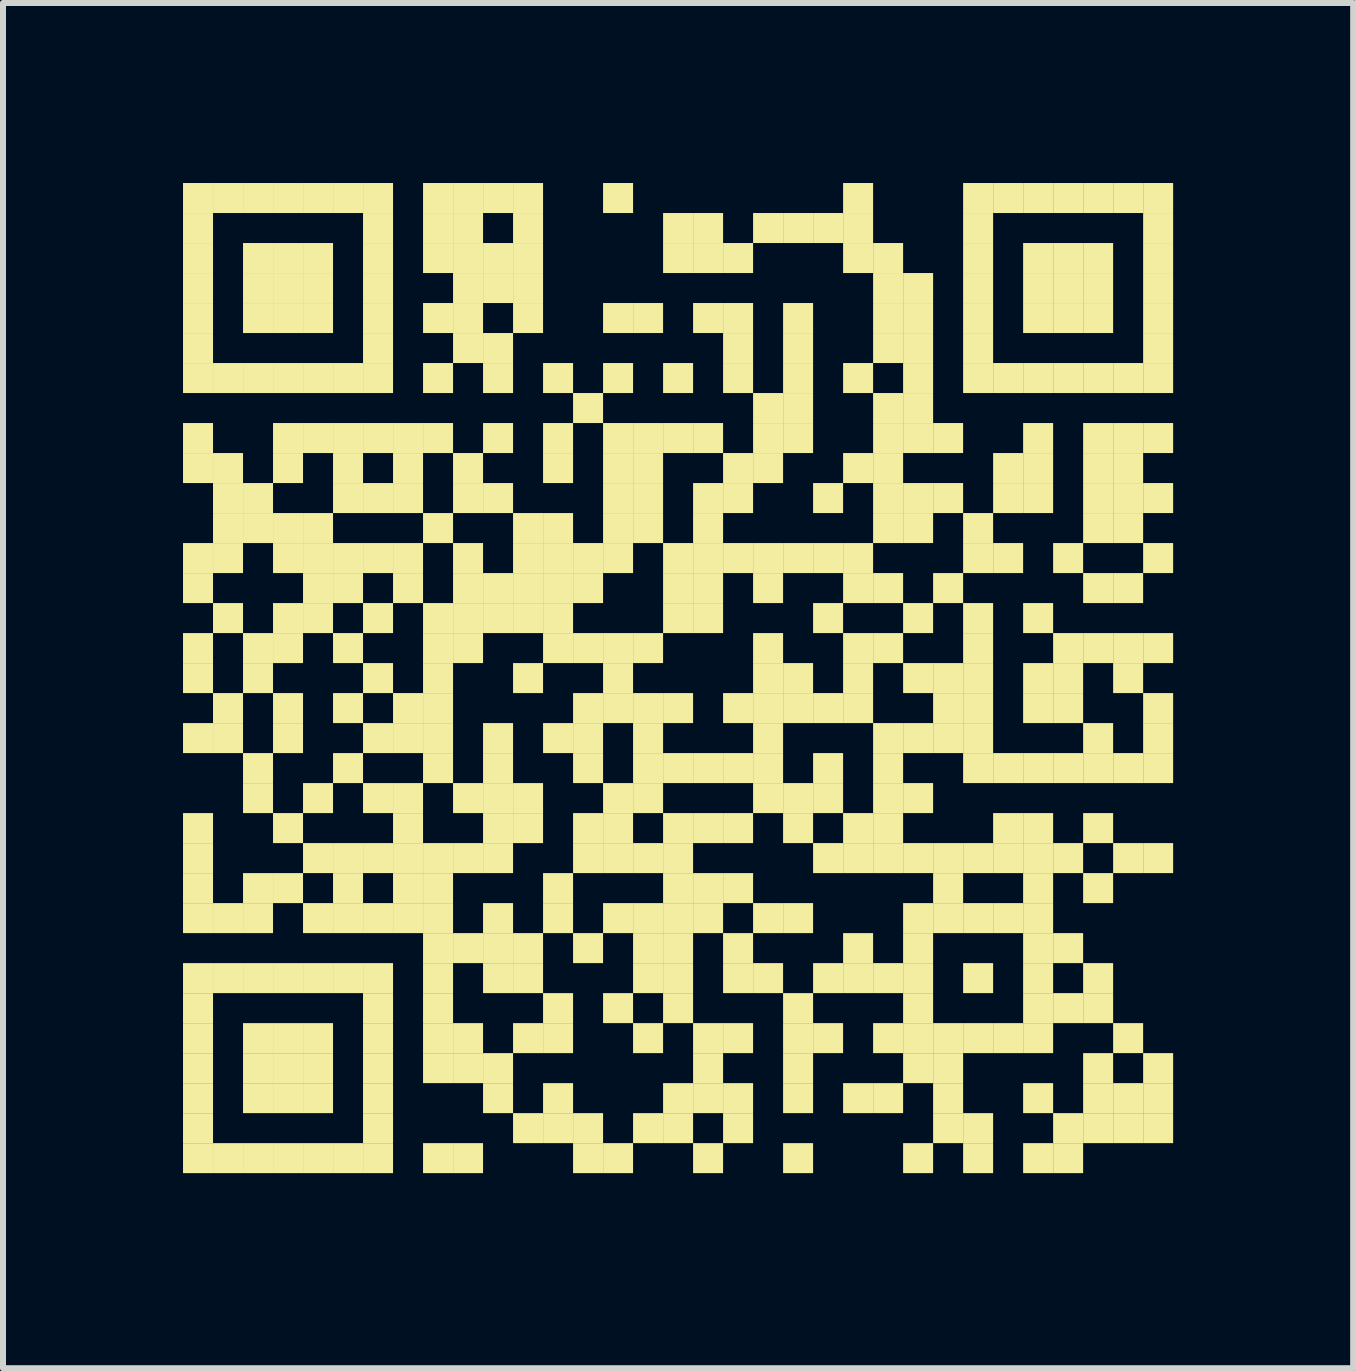
<source format=kicad_pcb>
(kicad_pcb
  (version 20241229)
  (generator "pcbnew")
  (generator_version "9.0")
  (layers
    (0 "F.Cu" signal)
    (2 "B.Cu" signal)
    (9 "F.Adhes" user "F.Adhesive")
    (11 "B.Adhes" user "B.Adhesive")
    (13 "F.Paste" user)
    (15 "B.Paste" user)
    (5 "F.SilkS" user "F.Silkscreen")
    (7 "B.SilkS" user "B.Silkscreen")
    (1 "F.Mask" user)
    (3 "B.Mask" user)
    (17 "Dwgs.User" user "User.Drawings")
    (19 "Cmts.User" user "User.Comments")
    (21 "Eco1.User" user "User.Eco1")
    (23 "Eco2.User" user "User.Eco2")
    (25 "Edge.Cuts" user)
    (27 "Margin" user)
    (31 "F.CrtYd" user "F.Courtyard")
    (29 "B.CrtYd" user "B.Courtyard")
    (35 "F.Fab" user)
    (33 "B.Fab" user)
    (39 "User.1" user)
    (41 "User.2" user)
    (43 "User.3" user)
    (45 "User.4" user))
  (footprint "logo-emailme"
    (layer "F.Cu")
    (at 8.25 8.25)
    (property "Reference" "logo-emailme" (at 0 8.5 0) (layer "F.SilkS") (effects (font (size 0.001 0.001) (thickness 0.15))))
    (attr through_hole)
    (fp_poly (pts (xy -7.75 -7.75) (xy -7.75 -8.25) (xy -8.25 -8.25) (xy -8.25 -7.75)) (stroke (width 0) (type solid)) (fill yes) (layer "F.SilkS"))
    (fp_poly (pts (xy -7.75 -7.25) (xy -7.75 -7.75) (xy -8.25 -7.75) (xy -8.25 -7.25)) (stroke (width 0) (type solid)) (fill yes) (layer "F.SilkS"))
    (fp_poly (pts (xy -7.75 -6.75) (xy -7.75 -7.25) (xy -8.25 -7.25) (xy -8.25 -6.75)) (stroke (width 0) (type solid)) (fill yes) (layer "F.SilkS"))
    (fp_poly (pts (xy -7.75 -6.25) (xy -7.75 -6.75) (xy -8.25 -6.75) (xy -8.25 -6.25)) (stroke (width 0) (type solid)) (fill yes) (layer "F.SilkS"))
    (fp_poly (pts (xy -7.75 -5.75) (xy -7.75 -6.25) (xy -8.25 -6.25) (xy -8.25 -5.75)) (stroke (width 0) (type solid)) (fill yes) (layer "F.SilkS"))
    (fp_poly (pts (xy -7.75 -5.25) (xy -7.75 -5.75) (xy -8.25 -5.75) (xy -8.25 -5.25)) (stroke (width 0) (type solid)) (fill yes) (layer "F.SilkS"))
    (fp_poly (pts (xy -7.75 -4.75) (xy -7.75 -5.25) (xy -8.25 -5.25) (xy -8.25 -4.75)) (stroke (width 0) (type solid)) (fill yes) (layer "F.SilkS"))
    (fp_poly (pts (xy -7.75 -3.75) (xy -7.75 -4.25) (xy -8.25 -4.25) (xy -8.25 -3.75)) (stroke (width 0) (type solid)) (fill yes) (layer "F.SilkS"))
    (fp_poly (pts (xy -7.75 -3.25) (xy -7.75 -3.75) (xy -8.25 -3.75) (xy -8.25 -3.25)) (stroke (width 0) (type solid)) (fill yes) (layer "F.SilkS"))
    (fp_poly (pts (xy -7.75 -1.75) (xy -7.75 -2.25) (xy -8.25 -2.25) (xy -8.25 -1.75)) (stroke (width 0) (type solid)) (fill yes) (layer "F.SilkS"))
    (fp_poly (pts (xy -7.75 -1.25) (xy -7.75 -1.75) (xy -8.25 -1.75) (xy -8.25 -1.25)) (stroke (width 0) (type solid)) (fill yes) (layer "F.SilkS"))
    (fp_poly (pts (xy -7.75 -0.25) (xy -7.75 -0.75) (xy -8.25 -0.75) (xy -8.25 -0.25)) (stroke (width 0) (type solid)) (fill yes) (layer "F.SilkS"))
    (fp_poly (pts (xy -7.75 0.25) (xy -7.75 -0.25) (xy -8.25 -0.25) (xy -8.25 0.25)) (stroke (width 0) (type solid)) (fill yes) (layer "F.SilkS"))
    (fp_poly (pts (xy -7.75 1.25) (xy -7.75 0.75) (xy -8.25 0.75) (xy -8.25 1.25)) (stroke (width 0) (type solid)) (fill yes) (layer "F.SilkS"))
    (fp_poly (pts (xy -7.75 2.75) (xy -7.75 2.25) (xy -8.25 2.25) (xy -8.25 2.75)) (stroke (width 0) (type solid)) (fill yes) (layer "F.SilkS"))
    (fp_poly (pts (xy -7.75 3.25) (xy -7.75 2.75) (xy -8.25 2.75) (xy -8.25 3.25)) (stroke (width 0) (type solid)) (fill yes) (layer "F.SilkS"))
    (fp_poly (pts (xy -7.75 3.75) (xy -7.75 3.25) (xy -8.25 3.25) (xy -8.25 3.75)) (stroke (width 0) (type solid)) (fill yes) (layer "F.SilkS"))
    (fp_poly (pts (xy -7.75 4.25) (xy -7.75 3.75) (xy -8.25 3.75) (xy -8.25 4.25)) (stroke (width 0) (type solid)) (fill yes) (layer "F.SilkS"))
    (fp_poly (pts (xy -7.75 5.25) (xy -7.75 4.75) (xy -8.25 4.75) (xy -8.25 5.25)) (stroke (width 0) (type solid)) (fill yes) (layer "F.SilkS"))
    (fp_poly (pts (xy -7.75 5.75) (xy -7.75 5.25) (xy -8.25 5.25) (xy -8.25 5.75)) (stroke (width 0) (type solid)) (fill yes) (layer "F.SilkS"))
    (fp_poly (pts (xy -7.75 6.25) (xy -7.75 5.75) (xy -8.25 5.75) (xy -8.25 6.25)) (stroke (width 0) (type solid)) (fill yes) (layer "F.SilkS"))
    (fp_poly (pts (xy -7.75 6.75) (xy -7.75 6.25) (xy -8.25 6.25) (xy -8.25 6.75)) (stroke (width 0) (type solid)) (fill yes) (layer "F.SilkS"))
    (fp_poly (pts (xy -7.75 7.25) (xy -7.75 6.75) (xy -8.25 6.75) (xy -8.25 7.25)) (stroke (width 0) (type solid)) (fill yes) (layer "F.SilkS"))
    (fp_poly (pts (xy -7.75 7.75) (xy -7.75 7.25) (xy -8.25 7.25) (xy -8.25 7.75)) (stroke (width 0) (type solid)) (fill yes) (layer "F.SilkS"))
    (fp_poly (pts (xy -7.75 8.25) (xy -7.75 7.75) (xy -8.25 7.75) (xy -8.25 8.25)) (stroke (width 0) (type solid)) (fill yes) (layer "F.SilkS"))
    (fp_poly (pts (xy -7.25 -7.75) (xy -7.25 -8.25) (xy -7.75 -8.25) (xy -7.75 -7.75)) (stroke (width 0) (type solid)) (fill yes) (layer "F.SilkS"))
    (fp_poly (pts (xy -7.25 -4.75) (xy -7.25 -5.25) (xy -7.75 -5.25) (xy -7.75 -4.75)) (stroke (width 0) (type solid)) (fill yes) (layer "F.SilkS"))
    (fp_poly (pts (xy -7.25 -3.25) (xy -7.25 -3.75) (xy -7.75 -3.75) (xy -7.75 -3.25)) (stroke (width 0) (type solid)) (fill yes) (layer "F.SilkS"))
    (fp_poly (pts (xy -7.25 -2.75) (xy -7.25 -3.25) (xy -7.75 -3.25) (xy -7.75 -2.75)) (stroke (width 0) (type solid)) (fill yes) (layer "F.SilkS"))
    (fp_poly (pts (xy -7.25 -2.25) (xy -7.25 -2.75) (xy -7.75 -2.75) (xy -7.75 -2.25)) (stroke (width 0) (type solid)) (fill yes) (layer "F.SilkS"))
    (fp_poly (pts (xy -7.25 -1.75) (xy -7.25 -2.25) (xy -7.75 -2.25) (xy -7.75 -1.75)) (stroke (width 0) (type solid)) (fill yes) (layer "F.SilkS"))
    (fp_poly (pts (xy -7.25 -0.75) (xy -7.25 -1.25) (xy -7.75 -1.25) (xy -7.75 -0.75)) (stroke (width 0) (type solid)) (fill yes) (layer "F.SilkS"))
    (fp_poly (pts (xy -7.25 0.75) (xy -7.25 0.25) (xy -7.75 0.25) (xy -7.75 0.75)) (stroke (width 0) (type solid)) (fill yes) (layer "F.SilkS"))
    (fp_poly (pts (xy -7.25 1.25) (xy -7.25 0.75) (xy -7.75 0.75) (xy -7.75 1.25)) (stroke (width 0) (type solid)) (fill yes) (layer "F.SilkS"))
    (fp_poly (pts (xy -7.25 4.25) (xy -7.25 3.75) (xy -7.75 3.75) (xy -7.75 4.25)) (stroke (width 0) (type solid)) (fill yes) (layer "F.SilkS"))
    (fp_poly (pts (xy -7.25 5.25) (xy -7.25 4.75) (xy -7.75 4.75) (xy -7.75 5.25)) (stroke (width 0) (type solid)) (fill yes) (layer "F.SilkS"))
    (fp_poly (pts (xy -7.25 8.25) (xy -7.25 7.75) (xy -7.75 7.75) (xy -7.75 8.25)) (stroke (width 0) (type solid)) (fill yes) (layer "F.SilkS"))
    (fp_poly (pts (xy -6.75 -7.75) (xy -6.75 -8.25) (xy -7.25 -8.25) (xy -7.25 -7.75)) (stroke (width 0) (type solid)) (fill yes) (layer "F.SilkS"))
    (fp_poly (pts (xy -6.75 -6.75) (xy -6.75 -7.25) (xy -7.25 -7.25) (xy -7.25 -6.75)) (stroke (width 0) (type solid)) (fill yes) (layer "F.SilkS"))
    (fp_poly (pts (xy -6.75 -6.25) (xy -6.75 -6.75) (xy -7.25 -6.75) (xy -7.25 -6.25)) (stroke (width 0) (type solid)) (fill yes) (layer "F.SilkS"))
    (fp_poly (pts (xy -6.75 -5.75) (xy -6.75 -6.25) (xy -7.25 -6.25) (xy -7.25 -5.75)) (stroke (width 0) (type solid)) (fill yes) (layer "F.SilkS"))
    (fp_poly (pts (xy -6.75 -4.75) (xy -6.75 -5.25) (xy -7.25 -5.25) (xy -7.25 -4.75)) (stroke (width 0) (type solid)) (fill yes) (layer "F.SilkS"))
    (fp_poly (pts (xy -6.75 -2.75) (xy -6.75 -3.25) (xy -7.25 -3.25) (xy -7.25 -2.75)) (stroke (width 0) (type solid)) (fill yes) (layer "F.SilkS"))
    (fp_poly (pts (xy -6.75 -2.25) (xy -6.75 -2.75) (xy -7.25 -2.75) (xy -7.25 -2.25)) (stroke (width 0) (type solid)) (fill yes) (layer "F.SilkS"))
    (fp_poly (pts (xy -6.75 -0.25) (xy -6.75 -0.75) (xy -7.25 -0.75) (xy -7.25 -0.25)) (stroke (width 0) (type solid)) (fill yes) (layer "F.SilkS"))
    (fp_poly (pts (xy -6.75 0.25) (xy -6.75 -0.25) (xy -7.25 -0.25) (xy -7.25 0.25)) (stroke (width 0) (type solid)) (fill yes) (layer "F.SilkS"))
    (fp_poly (pts (xy -6.75 1.75) (xy -6.75 1.25) (xy -7.25 1.25) (xy -7.25 1.75)) (stroke (width 0) (type solid)) (fill yes) (layer "F.SilkS"))
    (fp_poly (pts (xy -6.75 2.25) (xy -6.75 1.75) (xy -7.25 1.75) (xy -7.25 2.25)) (stroke (width 0) (type solid)) (fill yes) (layer "F.SilkS"))
    (fp_poly (pts (xy -6.75 3.75) (xy -6.75 3.25) (xy -7.25 3.25) (xy -7.25 3.75)) (stroke (width 0) (type solid)) (fill yes) (layer "F.SilkS"))
    (fp_poly (pts (xy -6.75 4.25) (xy -6.75 3.75) (xy -7.25 3.75) (xy -7.25 4.25)) (stroke (width 0) (type solid)) (fill yes) (layer "F.SilkS"))
    (fp_poly (pts (xy -6.75 5.25) (xy -6.75 4.75) (xy -7.25 4.75) (xy -7.25 5.25)) (stroke (width 0) (type solid)) (fill yes) (layer "F.SilkS"))
    (fp_poly (pts (xy -6.75 6.25) (xy -6.75 5.75) (xy -7.25 5.75) (xy -7.25 6.25)) (stroke (width 0) (type solid)) (fill yes) (layer "F.SilkS"))
    (fp_poly (pts (xy -6.75 6.75) (xy -6.75 6.25) (xy -7.25 6.25) (xy -7.25 6.75)) (stroke (width 0) (type solid)) (fill yes) (layer "F.SilkS"))
    (fp_poly (pts (xy -6.75 7.25) (xy -6.75 6.75) (xy -7.25 6.75) (xy -7.25 7.25)) (stroke (width 0) (type solid)) (fill yes) (layer "F.SilkS"))
    (fp_poly (pts (xy -6.75 8.25) (xy -6.75 7.75) (xy -7.25 7.75) (xy -7.25 8.25)) (stroke (width 0) (type solid)) (fill yes) (layer "F.SilkS"))
    (fp_poly (pts (xy -6.25 -7.75) (xy -6.25 -8.25) (xy -6.75 -8.25) (xy -6.75 -7.75)) (stroke (width 0) (type solid)) (fill yes) (layer "F.SilkS"))
    (fp_poly (pts (xy -6.25 -6.75) (xy -6.25 -7.25) (xy -6.75 -7.25) (xy -6.75 -6.75)) (stroke (width 0) (type solid)) (fill yes) (layer "F.SilkS"))
    (fp_poly (pts (xy -6.25 -6.25) (xy -6.25 -6.75) (xy -6.75 -6.75) (xy -6.75 -6.25)) (stroke (width 0) (type solid)) (fill yes) (layer "F.SilkS"))
    (fp_poly (pts (xy -6.25 -5.75) (xy -6.25 -6.25) (xy -6.75 -6.25) (xy -6.75 -5.75)) (stroke (width 0) (type solid)) (fill yes) (layer "F.SilkS"))
    (fp_poly (pts (xy -6.25 -4.75) (xy -6.25 -5.25) (xy -6.75 -5.25) (xy -6.75 -4.75)) (stroke (width 0) (type solid)) (fill yes) (layer "F.SilkS"))
    (fp_poly (pts (xy -6.25 -3.75) (xy -6.25 -4.25) (xy -6.75 -4.25) (xy -6.75 -3.75)) (stroke (width 0) (type solid)) (fill yes) (layer "F.SilkS"))
    (fp_poly (pts (xy -6.25 -3.25) (xy -6.25 -3.75) (xy -6.75 -3.75) (xy -6.75 -3.25)) (stroke (width 0) (type solid)) (fill yes) (layer "F.SilkS"))
    (fp_poly (pts (xy -6.25 -2.25) (xy -6.25 -2.75) (xy -6.75 -2.75) (xy -6.75 -2.25)) (stroke (width 0) (type solid)) (fill yes) (layer "F.SilkS"))
    (fp_poly (pts (xy -6.25 -1.75) (xy -6.25 -2.25) (xy -6.75 -2.25) (xy -6.75 -1.75)) (stroke (width 0) (type solid)) (fill yes) (layer "F.SilkS"))
    (fp_poly (pts (xy -6.25 -0.75) (xy -6.25 -1.25) (xy -6.75 -1.25) (xy -6.75 -0.75)) (stroke (width 0) (type solid)) (fill yes) (layer "F.SilkS"))
    (fp_poly (pts (xy -6.25 -0.25) (xy -6.25 -0.75) (xy -6.75 -0.75) (xy -6.75 -0.25)) (stroke (width 0) (type solid)) (fill yes) (layer "F.SilkS"))
    (fp_poly (pts (xy -6.25 0.75) (xy -6.25 0.25) (xy -6.75 0.25) (xy -6.75 0.75)) (stroke (width 0) (type solid)) (fill yes) (layer "F.SilkS"))
    (fp_poly (pts (xy -6.25 1.25) (xy -6.25 0.75) (xy -6.75 0.75) (xy -6.75 1.25)) (stroke (width 0) (type solid)) (fill yes) (layer "F.SilkS"))
    (fp_poly (pts (xy -6.25 2.75) (xy -6.25 2.25) (xy -6.75 2.25) (xy -6.75 2.75)) (stroke (width 0) (type solid)) (fill yes) (layer "F.SilkS"))
    (fp_poly (pts (xy -6.25 3.75) (xy -6.25 3.25) (xy -6.75 3.25) (xy -6.75 3.75)) (stroke (width 0) (type solid)) (fill yes) (layer "F.SilkS"))
    (fp_poly (pts (xy -6.25 5.25) (xy -6.25 4.75) (xy -6.75 4.75) (xy -6.75 5.25)) (stroke (width 0) (type solid)) (fill yes) (layer "F.SilkS"))
    (fp_poly (pts (xy -6.25 6.25) (xy -6.25 5.75) (xy -6.75 5.75) (xy -6.75 6.25)) (stroke (width 0) (type solid)) (fill yes) (layer "F.SilkS"))
    (fp_poly (pts (xy -6.25 6.75) (xy -6.25 6.25) (xy -6.75 6.25) (xy -6.75 6.75)) (stroke (width 0) (type solid)) (fill yes) (layer "F.SilkS"))
    (fp_poly (pts (xy -6.25 7.25) (xy -6.25 6.75) (xy -6.75 6.75) (xy -6.75 7.25)) (stroke (width 0) (type solid)) (fill yes) (layer "F.SilkS"))
    (fp_poly (pts (xy -6.25 8.25) (xy -6.25 7.75) (xy -6.75 7.75) (xy -6.75 8.25)) (stroke (width 0) (type solid)) (fill yes) (layer "F.SilkS"))
    (fp_poly (pts (xy -5.75 -7.75) (xy -5.75 -8.25) (xy -6.25 -8.25) (xy -6.25 -7.75)) (stroke (width 0) (type solid)) (fill yes) (layer "F.SilkS"))
    (fp_poly (pts (xy -5.75 -6.75) (xy -5.75 -7.25) (xy -6.25 -7.25) (xy -6.25 -6.75)) (stroke (width 0) (type solid)) (fill yes) (layer "F.SilkS"))
    (fp_poly (pts (xy -5.75 -6.25) (xy -5.75 -6.75) (xy -6.25 -6.75) (xy -6.25 -6.25)) (stroke (width 0) (type solid)) (fill yes) (layer "F.SilkS"))
    (fp_poly (pts (xy -5.75 -5.75) (xy -5.75 -6.25) (xy -6.25 -6.25) (xy -6.25 -5.75)) (stroke (width 0) (type solid)) (fill yes) (layer "F.SilkS"))
    (fp_poly (pts (xy -5.75 -4.75) (xy -5.75 -5.25) (xy -6.25 -5.25) (xy -6.25 -4.75)) (stroke (width 0) (type solid)) (fill yes) (layer "F.SilkS"))
    (fp_poly (pts (xy -5.75 -3.75) (xy -5.75 -4.25) (xy -6.25 -4.25) (xy -6.25 -3.75)) (stroke (width 0) (type solid)) (fill yes) (layer "F.SilkS"))
    (fp_poly (pts (xy -5.75 -2.25) (xy -5.75 -2.75) (xy -6.25 -2.75) (xy -6.25 -2.25)) (stroke (width 0) (type solid)) (fill yes) (layer "F.SilkS"))
    (fp_poly (pts (xy -5.75 -1.75) (xy -5.75 -2.25) (xy -6.25 -2.25) (xy -6.25 -1.75)) (stroke (width 0) (type solid)) (fill yes) (layer "F.SilkS"))
    (fp_poly (pts (xy -5.75 -1.25) (xy -5.75 -1.75) (xy -6.25 -1.75) (xy -6.25 -1.25)) (stroke (width 0) (type solid)) (fill yes) (layer "F.SilkS"))
    (fp_poly (pts (xy -5.75 -0.75) (xy -5.75 -1.25) (xy -6.25 -1.25) (xy -6.25 -0.75)) (stroke (width 0) (type solid)) (fill yes) (layer "F.SilkS"))
    (fp_poly (pts (xy -5.75 2.25) (xy -5.75 1.75) (xy -6.25 1.75) (xy -6.25 2.25)) (stroke (width 0) (type solid)) (fill yes) (layer "F.SilkS"))
    (fp_poly (pts (xy -5.75 3.25) (xy -5.75 2.75) (xy -6.25 2.75) (xy -6.25 3.25)) (stroke (width 0) (type solid)) (fill yes) (layer "F.SilkS"))
    (fp_poly (pts (xy -5.75 4.25) (xy -5.75 3.75) (xy -6.25 3.75) (xy -6.25 4.25)) (stroke (width 0) (type solid)) (fill yes) (layer "F.SilkS"))
    (fp_poly (pts (xy -5.75 5.25) (xy -5.75 4.75) (xy -6.25 4.75) (xy -6.25 5.25)) (stroke (width 0) (type solid)) (fill yes) (layer "F.SilkS"))
    (fp_poly (pts (xy -5.75 6.25) (xy -5.75 5.75) (xy -6.25 5.75) (xy -6.25 6.25)) (stroke (width 0) (type solid)) (fill yes) (layer "F.SilkS"))
    (fp_poly (pts (xy -5.75 6.75) (xy -5.75 6.25) (xy -6.25 6.25) (xy -6.25 6.75)) (stroke (width 0) (type solid)) (fill yes) (layer "F.SilkS"))
    (fp_poly (pts (xy -5.75 7.25) (xy -5.75 6.75) (xy -6.25 6.75) (xy -6.25 7.25)) (stroke (width 0) (type solid)) (fill yes) (layer "F.SilkS"))
    (fp_poly (pts (xy -5.75 8.25) (xy -5.75 7.75) (xy -6.25 7.75) (xy -6.25 8.25)) (stroke (width 0) (type solid)) (fill yes) (layer "F.SilkS"))
    (fp_poly (pts (xy -5.25 -7.75) (xy -5.25 -8.25) (xy -5.75 -8.25) (xy -5.75 -7.75)) (stroke (width 0) (type solid)) (fill yes) (layer "F.SilkS"))
    (fp_poly (pts (xy -5.25 -4.75) (xy -5.25 -5.25) (xy -5.75 -5.25) (xy -5.75 -4.75)) (stroke (width 0) (type solid)) (fill yes) (layer "F.SilkS"))
    (fp_poly (pts (xy -5.25 -3.75) (xy -5.25 -4.25) (xy -5.75 -4.25) (xy -5.75 -3.75)) (stroke (width 0) (type solid)) (fill yes) (layer "F.SilkS"))
    (fp_poly (pts (xy -5.25 -3.25) (xy -5.25 -3.75) (xy -5.75 -3.75) (xy -5.75 -3.25)) (stroke (width 0) (type solid)) (fill yes) (layer "F.SilkS"))
    (fp_poly (pts (xy -5.25 -2.75) (xy -5.25 -3.25) (xy -5.75 -3.25) (xy -5.75 -2.75)) (stroke (width 0) (type solid)) (fill yes) (layer "F.SilkS"))
    (fp_poly (pts (xy -5.25 -1.75) (xy -5.25 -2.25) (xy -5.75 -2.25) (xy -5.75 -1.75)) (stroke (width 0) (type solid)) (fill yes) (layer "F.SilkS"))
    (fp_poly (pts (xy -5.25 -1.25) (xy -5.25 -1.75) (xy -5.75 -1.75) (xy -5.75 -1.25)) (stroke (width 0) (type solid)) (fill yes) (layer "F.SilkS"))
    (fp_poly (pts (xy -5.25 -0.25) (xy -5.25 -0.75) (xy -5.75 -0.75) (xy -5.75 -0.25)) (stroke (width 0) (type solid)) (fill yes) (layer "F.SilkS"))
    (fp_poly (pts (xy -5.25 0.75) (xy -5.25 0.25) (xy -5.75 0.25) (xy -5.75 0.75)) (stroke (width 0) (type solid)) (fill yes) (layer "F.SilkS"))
    (fp_poly (pts (xy -5.25 1.75) (xy -5.25 1.25) (xy -5.75 1.25) (xy -5.75 1.75)) (stroke (width 0) (type solid)) (fill yes) (layer "F.SilkS"))
    (fp_poly (pts (xy -5.25 3.25) (xy -5.25 2.75) (xy -5.75 2.75) (xy -5.75 3.25)) (stroke (width 0) (type solid)) (fill yes) (layer "F.SilkS"))
    (fp_poly (pts (xy -5.25 3.75) (xy -5.25 3.25) (xy -5.75 3.25) (xy -5.75 3.75)) (stroke (width 0) (type solid)) (fill yes) (layer "F.SilkS"))
    (fp_poly (pts (xy -5.25 4.25) (xy -5.25 3.75) (xy -5.75 3.75) (xy -5.75 4.25)) (stroke (width 0) (type solid)) (fill yes) (layer "F.SilkS"))
    (fp_poly (pts (xy -5.25 5.25) (xy -5.25 4.75) (xy -5.75 4.75) (xy -5.75 5.25)) (stroke (width 0) (type solid)) (fill yes) (layer "F.SilkS"))
    (fp_poly (pts (xy -5.25 8.25) (xy -5.25 7.75) (xy -5.75 7.75) (xy -5.75 8.25)) (stroke (width 0) (type solid)) (fill yes) (layer "F.SilkS"))
    (fp_poly (pts (xy -4.75 -7.75) (xy -4.75 -8.25) (xy -5.25 -8.25) (xy -5.25 -7.75)) (stroke (width 0) (type solid)) (fill yes) (layer "F.SilkS"))
    (fp_poly (pts (xy -4.75 -7.25) (xy -4.75 -7.75) (xy -5.25 -7.75) (xy -5.25 -7.25)) (stroke (width 0) (type solid)) (fill yes) (layer "F.SilkS"))
    (fp_poly (pts (xy -4.75 -6.75) (xy -4.75 -7.25) (xy -5.25 -7.25) (xy -5.25 -6.75)) (stroke (width 0) (type solid)) (fill yes) (layer "F.SilkS"))
    (fp_poly (pts (xy -4.75 -6.25) (xy -4.75 -6.75) (xy -5.25 -6.75) (xy -5.25 -6.25)) (stroke (width 0) (type solid)) (fill yes) (layer "F.SilkS"))
    (fp_poly (pts (xy -4.75 -5.75) (xy -4.75 -6.25) (xy -5.25 -6.25) (xy -5.25 -5.75)) (stroke (width 0) (type solid)) (fill yes) (layer "F.SilkS"))
    (fp_poly (pts (xy -4.75 -5.25) (xy -4.75 -5.75) (xy -5.25 -5.75) (xy -5.25 -5.25)) (stroke (width 0) (type solid)) (fill yes) (layer "F.SilkS"))
    (fp_poly (pts (xy -4.75 -4.75) (xy -4.75 -5.25) (xy -5.25 -5.25) (xy -5.25 -4.75)) (stroke (width 0) (type solid)) (fill yes) (layer "F.SilkS"))
    (fp_poly (pts (xy -4.75 -3.75) (xy -4.75 -4.25) (xy -5.25 -4.25) (xy -5.25 -3.75)) (stroke (width 0) (type solid)) (fill yes) (layer "F.SilkS"))
    (fp_poly (pts (xy -4.75 -2.75) (xy -4.75 -3.25) (xy -5.25 -3.25) (xy -5.25 -2.75)) (stroke (width 0) (type solid)) (fill yes) (layer "F.SilkS"))
    (fp_poly (pts (xy -4.75 -1.75) (xy -4.75 -2.25) (xy -5.25 -2.25) (xy -5.25 -1.75)) (stroke (width 0) (type solid)) (fill yes) (layer "F.SilkS"))
    (fp_poly (pts (xy -4.75 -0.75) (xy -4.75 -1.25) (xy -5.25 -1.25) (xy -5.25 -0.75)) (stroke (width 0) (type solid)) (fill yes) (layer "F.SilkS"))
    (fp_poly (pts (xy -4.75 0.25) (xy -4.75 -0.25) (xy -5.25 -0.25) (xy -5.25 0.25)) (stroke (width 0) (type solid)) (fill yes) (layer "F.SilkS"))
    (fp_poly (pts (xy -4.75 1.25) (xy -4.75 0.75) (xy -5.25 0.75) (xy -5.25 1.25)) (stroke (width 0) (type solid)) (fill yes) (layer "F.SilkS"))
    (fp_poly (pts (xy -4.75 2.25) (xy -4.75 1.75) (xy -5.25 1.75) (xy -5.25 2.25)) (stroke (width 0) (type solid)) (fill yes) (layer "F.SilkS"))
    (fp_poly (pts (xy -4.75 3.25) (xy -4.75 2.75) (xy -5.25 2.75) (xy -5.25 3.25)) (stroke (width 0) (type solid)) (fill yes) (layer "F.SilkS"))
    (fp_poly (pts (xy -4.75 4.25) (xy -4.75 3.75) (xy -5.25 3.75) (xy -5.25 4.25)) (stroke (width 0) (type solid)) (fill yes) (layer "F.SilkS"))
    (fp_poly (pts (xy -4.75 5.25) (xy -4.75 4.75) (xy -5.25 4.75) (xy -5.25 5.25)) (stroke (width 0) (type solid)) (fill yes) (layer "F.SilkS"))
    (fp_poly (pts (xy -4.75 5.75) (xy -4.75 5.25) (xy -5.25 5.25) (xy -5.25 5.75)) (stroke (width 0) (type solid)) (fill yes) (layer "F.SilkS"))
    (fp_poly (pts (xy -4.75 6.25) (xy -4.75 5.75) (xy -5.25 5.75) (xy -5.25 6.25)) (stroke (width 0) (type solid)) (fill yes) (layer "F.SilkS"))
    (fp_poly (pts (xy -4.75 6.75) (xy -4.75 6.25) (xy -5.25 6.25) (xy -5.25 6.75)) (stroke (width 0) (type solid)) (fill yes) (layer "F.SilkS"))
    (fp_poly (pts (xy -4.75 7.25) (xy -4.75 6.75) (xy -5.25 6.75) (xy -5.25 7.25)) (stroke (width 0) (type solid)) (fill yes) (layer "F.SilkS"))
    (fp_poly (pts (xy -4.75 7.75) (xy -4.75 7.25) (xy -5.25 7.25) (xy -5.25 7.75)) (stroke (width 0) (type solid)) (fill yes) (layer "F.SilkS"))
    (fp_poly (pts (xy -4.75 8.25) (xy -4.75 7.75) (xy -5.25 7.75) (xy -5.25 8.25)) (stroke (width 0) (type solid)) (fill yes) (layer "F.SilkS"))
    (fp_poly (pts (xy -4.25 -3.75) (xy -4.25 -4.25) (xy -4.75 -4.25) (xy -4.75 -3.75)) (stroke (width 0) (type solid)) (fill yes) (layer "F.SilkS"))
    (fp_poly (pts (xy -4.25 -3.25) (xy -4.25 -3.75) (xy -4.75 -3.75) (xy -4.75 -3.25)) (stroke (width 0) (type solid)) (fill yes) (layer "F.SilkS"))
    (fp_poly (pts (xy -4.25 -2.75) (xy -4.25 -3.25) (xy -4.75 -3.25) (xy -4.75 -2.75)) (stroke (width 0) (type solid)) (fill yes) (layer "F.SilkS"))
    (fp_poly (pts (xy -4.25 -1.75) (xy -4.25 -2.25) (xy -4.75 -2.25) (xy -4.75 -1.75)) (stroke (width 0) (type solid)) (fill yes) (layer "F.SilkS"))
    (fp_poly (pts (xy -4.25 -1.25) (xy -4.25 -1.75) (xy -4.75 -1.75) (xy -4.75 -1.25)) (stroke (width 0) (type solid)) (fill yes) (layer "F.SilkS"))
    (fp_poly (pts (xy -4.25 0.75) (xy -4.25 0.25) (xy -4.75 0.25) (xy -4.75 0.75)) (stroke (width 0) (type solid)) (fill yes) (layer "F.SilkS"))
    (fp_poly (pts (xy -4.25 1.25) (xy -4.25 0.75) (xy -4.75 0.75) (xy -4.75 1.25)) (stroke (width 0) (type solid)) (fill yes) (layer "F.SilkS"))
    (fp_poly (pts (xy -4.25 2.25) (xy -4.25 1.75) (xy -4.75 1.75) (xy -4.75 2.25)) (stroke (width 0) (type solid)) (fill yes) (layer "F.SilkS"))
    (fp_poly (pts (xy -4.25 2.75) (xy -4.25 2.25) (xy -4.75 2.25) (xy -4.75 2.75)) (stroke (width 0) (type solid)) (fill yes) (layer "F.SilkS"))
    (fp_poly (pts (xy -4.25 3.25) (xy -4.25 2.75) (xy -4.75 2.75) (xy -4.75 3.25)) (stroke (width 0) (type solid)) (fill yes) (layer "F.SilkS"))
    (fp_poly (pts (xy -4.25 3.75) (xy -4.25 3.25) (xy -4.75 3.25) (xy -4.75 3.75)) (stroke (width 0) (type solid)) (fill yes) (layer "F.SilkS"))
    (fp_poly (pts (xy -4.25 4.25) (xy -4.25 3.75) (xy -4.75 3.75) (xy -4.75 4.25)) (stroke (width 0) (type solid)) (fill yes) (layer "F.SilkS"))
    (fp_poly (pts (xy -3.75 -7.75) (xy -3.75 -8.25) (xy -4.25 -8.25) (xy -4.25 -7.75)) (stroke (width 0) (type solid)) (fill yes) (layer "F.SilkS"))
    (fp_poly (pts (xy -3.75 -7.25) (xy -3.75 -7.75) (xy -4.25 -7.75) (xy -4.25 -7.25)) (stroke (width 0) (type solid)) (fill yes) (layer "F.SilkS"))
    (fp_poly (pts (xy -3.75 -6.75) (xy -3.75 -7.25) (xy -4.25 -7.25) (xy -4.25 -6.75)) (stroke (width 0) (type solid)) (fill yes) (layer "F.SilkS"))
    (fp_poly (pts (xy -3.75 -5.75) (xy -3.75 -6.25) (xy -4.25 -6.25) (xy -4.25 -5.75)) (stroke (width 0) (type solid)) (fill yes) (layer "F.SilkS"))
    (fp_poly (pts (xy -3.75 -4.75) (xy -3.75 -5.25) (xy -4.25 -5.25) (xy -4.25 -4.75)) (stroke (width 0) (type solid)) (fill yes) (layer "F.SilkS"))
    (fp_poly (pts (xy -3.75 -3.75) (xy -3.75 -4.25) (xy -4.25 -4.25) (xy -4.25 -3.75)) (stroke (width 0) (type solid)) (fill yes) (layer "F.SilkS"))
    (fp_poly (pts (xy -3.75 -2.25) (xy -3.75 -2.75) (xy -4.25 -2.75) (xy -4.25 -2.25)) (stroke (width 0) (type solid)) (fill yes) (layer "F.SilkS"))
    (fp_poly (pts (xy -3.75 -0.75) (xy -3.75 -1.25) (xy -4.25 -1.25) (xy -4.25 -0.75)) (stroke (width 0) (type solid)) (fill yes) (layer "F.SilkS"))
    (fp_poly (pts (xy -3.75 -0.25) (xy -3.75 -0.75) (xy -4.25 -0.75) (xy -4.25 -0.25)) (stroke (width 0) (type solid)) (fill yes) (layer "F.SilkS"))
    (fp_poly (pts (xy -3.75 0.25) (xy -3.75 -0.25) (xy -4.25 -0.25) (xy -4.25 0.25)) (stroke (width 0) (type solid)) (fill yes) (layer "F.SilkS"))
    (fp_poly (pts (xy -3.75 0.75) (xy -3.75 0.25) (xy -4.25 0.25) (xy -4.25 0.75)) (stroke (width 0) (type solid)) (fill yes) (layer "F.SilkS"))
    (fp_poly (pts (xy -3.75 1.25) (xy -3.75 0.75) (xy -4.25 0.75) (xy -4.25 1.25)) (stroke (width 0) (type solid)) (fill yes) (layer "F.SilkS"))
    (fp_poly (pts (xy -3.75 1.75) (xy -3.75 1.25) (xy -4.25 1.25) (xy -4.25 1.75)) (stroke (width 0) (type solid)) (fill yes) (layer "F.SilkS"))
    (fp_poly (pts (xy -3.75 3.25) (xy -3.75 2.75) (xy -4.25 2.75) (xy -4.25 3.25)) (stroke (width 0) (type solid)) (fill yes) (layer "F.SilkS"))
    (fp_poly (pts (xy -3.75 3.75) (xy -3.75 3.25) (xy -4.25 3.25) (xy -4.25 3.75)) (stroke (width 0) (type solid)) (fill yes) (layer "F.SilkS"))
    (fp_poly (pts (xy -3.75 4.25) (xy -3.75 3.75) (xy -4.25 3.75) (xy -4.25 4.25)) (stroke (width 0) (type solid)) (fill yes) (layer "F.SilkS"))
    (fp_poly (pts (xy -3.75 4.75) (xy -3.75 4.25) (xy -4.25 4.25) (xy -4.25 4.75)) (stroke (width 0) (type solid)) (fill yes) (layer "F.SilkS"))
    (fp_poly (pts (xy -3.75 5.25) (xy -3.75 4.75) (xy -4.25 4.75) (xy -4.25 5.25)) (stroke (width 0) (type solid)) (fill yes) (layer "F.SilkS"))
    (fp_poly (pts (xy -3.75 5.75) (xy -3.75 5.25) (xy -4.25 5.25) (xy -4.25 5.75)) (stroke (width 0) (type solid)) (fill yes) (layer "F.SilkS"))
    (fp_poly (pts (xy -3.75 6.25) (xy -3.75 5.75) (xy -4.25 5.75) (xy -4.25 6.25)) (stroke (width 0) (type solid)) (fill yes) (layer "F.SilkS"))
    (fp_poly (pts (xy -3.75 6.75) (xy -3.75 6.25) (xy -4.25 6.25) (xy -4.25 6.75)) (stroke (width 0) (type solid)) (fill yes) (layer "F.SilkS"))
    (fp_poly (pts (xy -3.75 8.25) (xy -3.75 7.75) (xy -4.25 7.75) (xy -4.25 8.25)) (stroke (width 0) (type solid)) (fill yes) (layer "F.SilkS"))
    (fp_poly (pts (xy -3.25 -7.75) (xy -3.25 -8.25) (xy -3.75 -8.25) (xy -3.75 -7.75)) (stroke (width 0) (type solid)) (fill yes) (layer "F.SilkS"))
    (fp_poly (pts (xy -3.25 -7.25) (xy -3.25 -7.75) (xy -3.75 -7.75) (xy -3.75 -7.25)) (stroke (width 0) (type solid)) (fill yes) (layer "F.SilkS"))
    (fp_poly (pts (xy -3.25 -6.75) (xy -3.25 -7.25) (xy -3.75 -7.25) (xy -3.75 -6.75)) (stroke (width 0) (type solid)) (fill yes) (layer "F.SilkS"))
    (fp_poly (pts (xy -3.25 -6.25) (xy -3.25 -6.75) (xy -3.75 -6.75) (xy -3.75 -6.25)) (stroke (width 0) (type solid)) (fill yes) (layer "F.SilkS"))
    (fp_poly (pts (xy -3.25 -5.75) (xy -3.25 -6.25) (xy -3.75 -6.25) (xy -3.75 -5.75)) (stroke (width 0) (type solid)) (fill yes) (layer "F.SilkS"))
    (fp_poly (pts (xy -3.25 -5.25) (xy -3.25 -5.75) (xy -3.75 -5.75) (xy -3.75 -5.25)) (stroke (width 0) (type solid)) (fill yes) (layer "F.SilkS"))
    (fp_poly (pts (xy -3.25 -3.25) (xy -3.25 -3.75) (xy -3.75 -3.75) (xy -3.75 -3.25)) (stroke (width 0) (type solid)) (fill yes) (layer "F.SilkS"))
    (fp_poly (pts (xy -3.25 -2.75) (xy -3.25 -3.25) (xy -3.75 -3.25) (xy -3.75 -2.75)) (stroke (width 0) (type solid)) (fill yes) (layer "F.SilkS"))
    (fp_poly (pts (xy -3.25 -1.75) (xy -3.25 -2.25) (xy -3.75 -2.25) (xy -3.75 -1.75)) (stroke (width 0) (type solid)) (fill yes) (layer "F.SilkS"))
    (fp_poly (pts (xy -3.25 -1.25) (xy -3.25 -1.75) (xy -3.75 -1.75) (xy -3.75 -1.25)) (stroke (width 0) (type solid)) (fill yes) (layer "F.SilkS"))
    (fp_poly (pts (xy -3.25 -0.75) (xy -3.25 -1.25) (xy -3.75 -1.25) (xy -3.75 -0.75)) (stroke (width 0) (type solid)) (fill yes) (layer "F.SilkS"))
    (fp_poly (pts (xy -3.25 -0.25) (xy -3.25 -0.75) (xy -3.75 -0.75) (xy -3.75 -0.25)) (stroke (width 0) (type solid)) (fill yes) (layer "F.SilkS"))
    (fp_poly (pts (xy -3.25 2.25) (xy -3.25 1.75) (xy -3.75 1.75) (xy -3.75 2.25)) (stroke (width 0) (type solid)) (fill yes) (layer "F.SilkS"))
    (fp_poly (pts (xy -3.25 3.25) (xy -3.25 2.75) (xy -3.75 2.75) (xy -3.75 3.25)) (stroke (width 0) (type solid)) (fill yes) (layer "F.SilkS"))
    (fp_poly (pts (xy -3.25 4.75) (xy -3.25 4.25) (xy -3.75 4.25) (xy -3.75 4.75)) (stroke (width 0) (type solid)) (fill yes) (layer "F.SilkS"))
    (fp_poly (pts (xy -3.25 6.25) (xy -3.25 5.75) (xy -3.75 5.75) (xy -3.75 6.25)) (stroke (width 0) (type solid)) (fill yes) (layer "F.SilkS"))
    (fp_poly (pts (xy -3.25 6.75) (xy -3.25 6.25) (xy -3.75 6.25) (xy -3.75 6.75)) (stroke (width 0) (type solid)) (fill yes) (layer "F.SilkS"))
    (fp_poly (pts (xy -3.25 8.25) (xy -3.25 7.75) (xy -3.75 7.75) (xy -3.75 8.25)) (stroke (width 0) (type solid)) (fill yes) (layer "F.SilkS"))
    (fp_poly (pts (xy -2.75 -7.75) (xy -2.75 -8.25) (xy -3.25 -8.25) (xy -3.25 -7.75)) (stroke (width 0) (type solid)) (fill yes) (layer "F.SilkS"))
    (fp_poly (pts (xy -2.75 -6.75) (xy -2.75 -7.25) (xy -3.25 -7.25) (xy -3.25 -6.75)) (stroke (width 0) (type solid)) (fill yes) (layer "F.SilkS"))
    (fp_poly (pts (xy -2.75 -6.25) (xy -2.75 -6.75) (xy -3.25 -6.75) (xy -3.25 -6.25)) (stroke (width 0) (type solid)) (fill yes) (layer "F.SilkS"))
    (fp_poly (pts (xy -2.75 -5.25) (xy -2.75 -5.75) (xy -3.25 -5.75) (xy -3.25 -5.25)) (stroke (width 0) (type solid)) (fill yes) (layer "F.SilkS"))
    (fp_poly (pts (xy -2.75 -4.75) (xy -2.75 -5.25) (xy -3.25 -5.25) (xy -3.25 -4.75)) (stroke (width 0) (type solid)) (fill yes) (layer "F.SilkS"))
    (fp_poly (pts (xy -2.75 -3.75) (xy -2.75 -4.25) (xy -3.25 -4.25) (xy -3.25 -3.75)) (stroke (width 0) (type solid)) (fill yes) (layer "F.SilkS"))
    (fp_poly (pts (xy -2.75 -2.75) (xy -2.75 -3.25) (xy -3.25 -3.25) (xy -3.25 -2.75)) (stroke (width 0) (type solid)) (fill yes) (layer "F.SilkS"))
    (fp_poly (pts (xy -2.75 -1.25) (xy -2.75 -1.75) (xy -3.25 -1.75) (xy -3.25 -1.25)) (stroke (width 0) (type solid)) (fill yes) (layer "F.SilkS"))
    (fp_poly (pts (xy -2.75 -0.75) (xy -2.75 -1.25) (xy -3.25 -1.25) (xy -3.25 -0.75)) (stroke (width 0) (type solid)) (fill yes) (layer "F.SilkS"))
    (fp_poly (pts (xy -2.75 1.25) (xy -2.75 0.75) (xy -3.25 0.75) (xy -3.25 1.25)) (stroke (width 0) (type solid)) (fill yes) (layer "F.SilkS"))
    (fp_poly (pts (xy -2.75 1.75) (xy -2.75 1.25) (xy -3.25 1.25) (xy -3.25 1.75)) (stroke (width 0) (type solid)) (fill yes) (layer "F.SilkS"))
    (fp_poly (pts (xy -2.75 2.25) (xy -2.75 1.75) (xy -3.25 1.75) (xy -3.25 2.25)) (stroke (width 0) (type solid)) (fill yes) (layer "F.SilkS"))
    (fp_poly (pts (xy -2.75 2.75) (xy -2.75 2.25) (xy -3.25 2.25) (xy -3.25 2.75)) (stroke (width 0) (type solid)) (fill yes) (layer "F.SilkS"))
    (fp_poly (pts (xy -2.75 3.25) (xy -2.75 2.75) (xy -3.25 2.75) (xy -3.25 3.25)) (stroke (width 0) (type solid)) (fill yes) (layer "F.SilkS"))
    (fp_poly (pts (xy -2.75 4.25) (xy -2.75 3.75) (xy -3.25 3.75) (xy -3.25 4.25)) (stroke (width 0) (type solid)) (fill yes) (layer "F.SilkS"))
    (fp_poly (pts (xy -2.75 4.75) (xy -2.75 4.25) (xy -3.25 4.25) (xy -3.25 4.75)) (stroke (width 0) (type solid)) (fill yes) (layer "F.SilkS"))
    (fp_poly (pts (xy -2.75 5.25) (xy -2.75 4.75) (xy -3.25 4.75) (xy -3.25 5.25)) (stroke (width 0) (type solid)) (fill yes) (layer "F.SilkS"))
    (fp_poly (pts (xy -2.75 6.75) (xy -2.75 6.25) (xy -3.25 6.25) (xy -3.25 6.75)) (stroke (width 0) (type solid)) (fill yes) (layer "F.SilkS"))
    (fp_poly (pts (xy -2.75 7.25) (xy -2.75 6.75) (xy -3.25 6.75) (xy -3.25 7.25)) (stroke (width 0) (type solid)) (fill yes) (layer "F.SilkS"))
    (fp_poly (pts (xy -2.25 -7.75) (xy -2.25 -8.25) (xy -2.75 -8.25) (xy -2.75 -7.75)) (stroke (width 0) (type solid)) (fill yes) (layer "F.SilkS"))
    (fp_poly (pts (xy -2.25 -7.25) (xy -2.25 -7.75) (xy -2.75 -7.75) (xy -2.75 -7.25)) (stroke (width 0) (type solid)) (fill yes) (layer "F.SilkS"))
    (fp_poly (pts (xy -2.25 -6.75) (xy -2.25 -7.25) (xy -2.75 -7.25) (xy -2.75 -6.75)) (stroke (width 0) (type solid)) (fill yes) (layer "F.SilkS"))
    (fp_poly (pts (xy -2.25 -6.25) (xy -2.25 -6.75) (xy -2.75 -6.75) (xy -2.75 -6.25)) (stroke (width 0) (type solid)) (fill yes) (layer "F.SilkS"))
    (fp_poly (pts (xy -2.25 -5.75) (xy -2.25 -6.25) (xy -2.75 -6.25) (xy -2.75 -5.75)) (stroke (width 0) (type solid)) (fill yes) (layer "F.SilkS"))
    (fp_poly (pts (xy -2.25 -2.25) (xy -2.25 -2.75) (xy -2.75 -2.75) (xy -2.75 -2.25)) (stroke (width 0) (type solid)) (fill yes) (layer "F.SilkS"))
    (fp_poly (pts (xy -2.25 -1.75) (xy -2.25 -2.25) (xy -2.75 -2.25) (xy -2.75 -1.75)) (stroke (width 0) (type solid)) (fill yes) (layer "F.SilkS"))
    (fp_poly (pts (xy -2.25 -1.25) (xy -2.25 -1.75) (xy -2.75 -1.75) (xy -2.75 -1.25)) (stroke (width 0) (type solid)) (fill yes) (layer "F.SilkS"))
    (fp_poly (pts (xy -2.25 -0.75) (xy -2.25 -1.25) (xy -2.75 -1.25) (xy -2.75 -0.75)) (stroke (width 0) (type solid)) (fill yes) (layer "F.SilkS"))
    (fp_poly (pts (xy -2.25 0.25) (xy -2.25 -0.25) (xy -2.75 -0.25) (xy -2.75 0.25)) (stroke (width 0) (type solid)) (fill yes) (layer "F.SilkS"))
    (fp_poly (pts (xy -2.25 2.25) (xy -2.25 1.75) (xy -2.75 1.75) (xy -2.75 2.25)) (stroke (width 0) (type solid)) (fill yes) (layer "F.SilkS"))
    (fp_poly (pts (xy -2.25 2.75) (xy -2.25 2.25) (xy -2.75 2.25) (xy -2.75 2.75)) (stroke (width 0) (type solid)) (fill yes) (layer "F.SilkS"))
    (fp_poly (pts (xy -2.25 4.75) (xy -2.25 4.25) (xy -2.75 4.25) (xy -2.75 4.75)) (stroke (width 0) (type solid)) (fill yes) (layer "F.SilkS"))
    (fp_poly (pts (xy -2.25 5.25) (xy -2.25 4.75) (xy -2.75 4.75) (xy -2.75 5.25)) (stroke (width 0) (type solid)) (fill yes) (layer "F.SilkS"))
    (fp_poly (pts (xy -2.25 6.25) (xy -2.25 5.75) (xy -2.75 5.75) (xy -2.75 6.25)) (stroke (width 0) (type solid)) (fill yes) (layer "F.SilkS"))
    (fp_poly (pts (xy -2.25 7.75) (xy -2.25 7.25) (xy -2.75 7.25) (xy -2.75 7.75)) (stroke (width 0) (type solid)) (fill yes) (layer "F.SilkS"))
    (fp_poly (pts (xy -1.75 -4.75) (xy -1.75 -5.25) (xy -2.25 -5.25) (xy -2.25 -4.75)) (stroke (width 0) (type solid)) (fill yes) (layer "F.SilkS"))
    (fp_poly (pts (xy -1.75 -3.75) (xy -1.75 -4.25) (xy -2.25 -4.25) (xy -2.25 -3.75)) (stroke (width 0) (type solid)) (fill yes) (layer "F.SilkS"))
    (fp_poly (pts (xy -1.75 -3.25) (xy -1.75 -3.75) (xy -2.25 -3.75) (xy -2.25 -3.25)) (stroke (width 0) (type solid)) (fill yes) (layer "F.SilkS"))
    (fp_poly (pts (xy -1.75 -2.25) (xy -1.75 -2.75) (xy -2.25 -2.75) (xy -2.25 -2.25)) (stroke (width 0) (type solid)) (fill yes) (layer "F.SilkS"))
    (fp_poly (pts (xy -1.75 -1.75) (xy -1.75 -2.25) (xy -2.25 -2.25) (xy -2.25 -1.75)) (stroke (width 0) (type solid)) (fill yes) (layer "F.SilkS"))
    (fp_poly (pts (xy -1.75 -1.25) (xy -1.75 -1.75) (xy -2.25 -1.75) (xy -2.25 -1.25)) (stroke (width 0) (type solid)) (fill yes) (layer "F.SilkS"))
    (fp_poly (pts (xy -1.75 -0.75) (xy -1.75 -1.25) (xy -2.25 -1.25) (xy -2.25 -0.75)) (stroke (width 0) (type solid)) (fill yes) (layer "F.SilkS"))
    (fp_poly (pts (xy -1.75 -0.25) (xy -1.75 -0.75) (xy -2.25 -0.75) (xy -2.25 -0.25)) (stroke (width 0) (type solid)) (fill yes) (layer "F.SilkS"))
    (fp_poly (pts (xy -1.75 1.25) (xy -1.75 0.75) (xy -2.25 0.75) (xy -2.25 1.25)) (stroke (width 0) (type solid)) (fill yes) (layer "F.SilkS"))
    (fp_poly (pts (xy -1.75 3.75) (xy -1.75 3.25) (xy -2.25 3.25) (xy -2.25 3.75)) (stroke (width 0) (type solid)) (fill yes) (layer "F.SilkS"))
    (fp_poly (pts (xy -1.75 4.25) (xy -1.75 3.75) (xy -2.25 3.75) (xy -2.25 4.25)) (stroke (width 0) (type solid)) (fill yes) (layer "F.SilkS"))
    (fp_poly (pts (xy -1.75 5.75) (xy -1.75 5.25) (xy -2.25 5.25) (xy -2.25 5.75)) (stroke (width 0) (type solid)) (fill yes) (layer "F.SilkS"))
    (fp_poly (pts (xy -1.75 6.25) (xy -1.75 5.75) (xy -2.25 5.75) (xy -2.25 6.25)) (stroke (width 0) (type solid)) (fill yes) (layer "F.SilkS"))
    (fp_poly (pts (xy -1.75 7.25) (xy -1.75 6.75) (xy -2.25 6.75) (xy -2.25 7.25)) (stroke (width 0) (type solid)) (fill yes) (layer "F.SilkS"))
    (fp_poly (pts (xy -1.75 7.75) (xy -1.75 7.25) (xy -2.25 7.25) (xy -2.25 7.75)) (stroke (width 0) (type solid)) (fill yes) (layer "F.SilkS"))
    (fp_poly (pts (xy -1.25 -4.25) (xy -1.25 -4.75) (xy -1.75 -4.75) (xy -1.75 -4.25)) (stroke (width 0) (type solid)) (fill yes) (layer "F.SilkS"))
    (fp_poly (pts (xy -1.25 -1.75) (xy -1.25 -2.25) (xy -1.75 -2.25) (xy -1.75 -1.75)) (stroke (width 0) (type solid)) (fill yes) (layer "F.SilkS"))
    (fp_poly (pts (xy -1.25 -1.25) (xy -1.25 -1.75) (xy -1.75 -1.75) (xy -1.75 -1.25)) (stroke (width 0) (type solid)) (fill yes) (layer "F.SilkS"))
    (fp_poly (pts (xy -1.25 -0.25) (xy -1.25 -0.75) (xy -1.75 -0.75) (xy -1.75 -0.25)) (stroke (width 0) (type solid)) (fill yes) (layer "F.SilkS"))
    (fp_poly (pts (xy -1.25 0.75) (xy -1.25 0.25) (xy -1.75 0.25) (xy -1.75 0.75)) (stroke (width 0) (type solid)) (fill yes) (layer "F.SilkS"))
    (fp_poly (pts (xy -1.25 1.25) (xy -1.25 0.75) (xy -1.75 0.75) (xy -1.75 1.25)) (stroke (width 0) (type solid)) (fill yes) (layer "F.SilkS"))
    (fp_poly (pts (xy -1.25 1.75) (xy -1.25 1.25) (xy -1.75 1.25) (xy -1.75 1.75)) (stroke (width 0) (type solid)) (fill yes) (layer "F.SilkS"))
    (fp_poly (pts (xy -1.25 2.75) (xy -1.25 2.25) (xy -1.75 2.25) (xy -1.75 2.75)) (stroke (width 0) (type solid)) (fill yes) (layer "F.SilkS"))
    (fp_poly (pts (xy -1.25 3.25) (xy -1.25 2.75) (xy -1.75 2.75) (xy -1.75 3.25)) (stroke (width 0) (type solid)) (fill yes) (layer "F.SilkS"))
    (fp_poly (pts (xy -1.25 4.75) (xy -1.25 4.25) (xy -1.75 4.25) (xy -1.75 4.75)) (stroke (width 0) (type solid)) (fill yes) (layer "F.SilkS"))
    (fp_poly (pts (xy -1.25 7.75) (xy -1.25 7.25) (xy -1.75 7.25) (xy -1.75 7.75)) (stroke (width 0) (type solid)) (fill yes) (layer "F.SilkS"))
    (fp_poly (pts (xy -1.25 8.25) (xy -1.25 7.75) (xy -1.75 7.75) (xy -1.75 8.25)) (stroke (width 0) (type solid)) (fill yes) (layer "F.SilkS"))
    (fp_poly (pts (xy -0.75 -7.75) (xy -0.75 -8.25) (xy -1.25 -8.25) (xy -1.25 -7.75)) (stroke (width 0) (type solid)) (fill yes) (layer "F.SilkS"))
    (fp_poly (pts (xy -0.75 -5.75) (xy -0.75 -6.25) (xy -1.25 -6.25) (xy -1.25 -5.75)) (stroke (width 0) (type solid)) (fill yes) (layer "F.SilkS"))
    (fp_poly (pts (xy -0.75 -4.75) (xy -0.75 -5.25) (xy -1.25 -5.25) (xy -1.25 -4.75)) (stroke (width 0) (type solid)) (fill yes) (layer "F.SilkS"))
    (fp_poly (pts (xy -0.75 -3.75) (xy -0.75 -4.25) (xy -1.25 -4.25) (xy -1.25 -3.75)) (stroke (width 0) (type solid)) (fill yes) (layer "F.SilkS"))
    (fp_poly (pts (xy -0.75 -3.25) (xy -0.75 -3.75) (xy -1.25 -3.75) (xy -1.25 -3.25)) (stroke (width 0) (type solid)) (fill yes) (layer "F.SilkS"))
    (fp_poly (pts (xy -0.75 -2.75) (xy -0.75 -3.25) (xy -1.25 -3.25) (xy -1.25 -2.75)) (stroke (width 0) (type solid)) (fill yes) (layer "F.SilkS"))
    (fp_poly (pts (xy -0.75 -2.25) (xy -0.75 -2.75) (xy -1.25 -2.75) (xy -1.25 -2.25)) (stroke (width 0) (type solid)) (fill yes) (layer "F.SilkS"))
    (fp_poly (pts (xy -0.75 -1.75) (xy -0.75 -2.25) (xy -1.25 -2.25) (xy -1.25 -1.75)) (stroke (width 0) (type solid)) (fill yes) (layer "F.SilkS"))
    (fp_poly (pts (xy -0.75 -0.25) (xy -0.75 -0.75) (xy -1.25 -0.75) (xy -1.25 -0.25)) (stroke (width 0) (type solid)) (fill yes) (layer "F.SilkS"))
    (fp_poly (pts (xy -0.75 0.25) (xy -0.75 -0.25) (xy -1.25 -0.25) (xy -1.25 0.25)) (stroke (width 0) (type solid)) (fill yes) (layer "F.SilkS"))
    (fp_poly (pts (xy -0.75 0.75) (xy -0.75 0.25) (xy -1.25 0.25) (xy -1.25 0.75)) (stroke (width 0) (type solid)) (fill yes) (layer "F.SilkS"))
    (fp_poly (pts (xy -0.75 2.25) (xy -0.75 1.75) (xy -1.25 1.75) (xy -1.25 2.25)) (stroke (width 0) (type solid)) (fill yes) (layer "F.SilkS"))
    (fp_poly (pts (xy -0.75 2.75) (xy -0.75 2.25) (xy -1.25 2.25) (xy -1.25 2.75)) (stroke (width 0) (type solid)) (fill yes) (layer "F.SilkS"))
    (fp_poly (pts (xy -0.75 3.25) (xy -0.75 2.75) (xy -1.25 2.75) (xy -1.25 3.25)) (stroke (width 0) (type solid)) (fill yes) (layer "F.SilkS"))
    (fp_poly (pts (xy -0.75 4.25) (xy -0.75 3.75) (xy -1.25 3.75) (xy -1.25 4.25)) (stroke (width 0) (type solid)) (fill yes) (layer "F.SilkS"))
    (fp_poly (pts (xy -0.75 5.75) (xy -0.75 5.25) (xy -1.25 5.25) (xy -1.25 5.75)) (stroke (width 0) (type solid)) (fill yes) (layer "F.SilkS"))
    (fp_poly (pts (xy -0.75 8.25) (xy -0.75 7.75) (xy -1.25 7.75) (xy -1.25 8.25)) (stroke (width 0) (type solid)) (fill yes) (layer "F.SilkS"))
    (fp_poly (pts (xy -0.25 -5.75) (xy -0.25 -6.25) (xy -0.75 -6.25) (xy -0.75 -5.75)) (stroke (width 0) (type solid)) (fill yes) (layer "F.SilkS"))
    (fp_poly (pts (xy -0.25 -3.75) (xy -0.25 -4.25) (xy -0.75 -4.25) (xy -0.75 -3.75)) (stroke (width 0) (type solid)) (fill yes) (layer "F.SilkS"))
    (fp_poly (pts (xy -0.25 -3.25) (xy -0.25 -3.75) (xy -0.75 -3.75) (xy -0.75 -3.25)) (stroke (width 0) (type solid)) (fill yes) (layer "F.SilkS"))
    (fp_poly (pts (xy -0.25 -2.75) (xy -0.25 -3.25) (xy -0.75 -3.25) (xy -0.75 -2.75)) (stroke (width 0) (type solid)) (fill yes) (layer "F.SilkS"))
    (fp_poly (pts (xy -0.25 -2.25) (xy -0.25 -2.75) (xy -0.75 -2.75) (xy -0.75 -2.25)) (stroke (width 0) (type solid)) (fill yes) (layer "F.SilkS"))
    (fp_poly (pts (xy -0.25 -0.25) (xy -0.25 -0.75) (xy -0.75 -0.75) (xy -0.75 -0.25)) (stroke (width 0) (type solid)) (fill yes) (layer "F.SilkS"))
    (fp_poly (pts (xy -0.25 0.75) (xy -0.25 0.25) (xy -0.75 0.25) (xy -0.75 0.75)) (stroke (width 0) (type solid)) (fill yes) (layer "F.SilkS"))
    (fp_poly (pts (xy -0.25 1.25) (xy -0.25 0.75) (xy -0.75 0.75) (xy -0.75 1.25)) (stroke (width 0) (type solid)) (fill yes) (layer "F.SilkS"))
    (fp_poly (pts (xy -0.25 1.75) (xy -0.25 1.25) (xy -0.75 1.25) (xy -0.75 1.75)) (stroke (width 0) (type solid)) (fill yes) (layer "F.SilkS"))
    (fp_poly (pts (xy -0.25 2.25) (xy -0.25 1.75) (xy -0.75 1.75) (xy -0.75 2.25)) (stroke (width 0) (type solid)) (fill yes) (layer "F.SilkS"))
    (fp_poly (pts (xy -0.25 3.25) (xy -0.25 2.75) (xy -0.75 2.75) (xy -0.75 3.25)) (stroke (width 0) (type solid)) (fill yes) (layer "F.SilkS"))
    (fp_poly (pts (xy -0.25 4.25) (xy -0.25 3.75) (xy -0.75 3.75) (xy -0.75 4.25)) (stroke (width 0) (type solid)) (fill yes) (layer "F.SilkS"))
    (fp_poly (pts (xy -0.25 4.75) (xy -0.25 4.25) (xy -0.75 4.25) (xy -0.75 4.75)) (stroke (width 0) (type solid)) (fill yes) (layer "F.SilkS"))
    (fp_poly (pts (xy -0.25 5.25) (xy -0.25 4.75) (xy -0.75 4.75) (xy -0.75 5.25)) (stroke (width 0) (type solid)) (fill yes) (layer "F.SilkS"))
    (fp_poly (pts (xy -0.25 6.25) (xy -0.25 5.75) (xy -0.75 5.75) (xy -0.75 6.25)) (stroke (width 0) (type solid)) (fill yes) (layer "F.SilkS"))
    (fp_poly (pts (xy -0.25 7.75) (xy -0.25 7.25) (xy -0.75 7.25) (xy -0.75 7.75)) (stroke (width 0) (type solid)) (fill yes) (layer "F.SilkS"))
    (fp_poly (pts (xy 0.25 -7.25) (xy 0.25 -7.75) (xy -0.25 -7.75) (xy -0.25 -7.25)) (stroke (width 0) (type solid)) (fill yes) (layer "F.SilkS"))
    (fp_poly (pts (xy 0.25 -6.75) (xy 0.25 -7.25) (xy -0.25 -7.25) (xy -0.25 -6.75)) (stroke (width 0) (type solid)) (fill yes) (layer "F.SilkS"))
    (fp_poly (pts (xy 0.25 -4.75) (xy 0.25 -5.25) (xy -0.25 -5.25) (xy -0.25 -4.75)) (stroke (width 0) (type solid)) (fill yes) (layer "F.SilkS"))
    (fp_poly (pts (xy 0.25 -3.75) (xy 0.25 -4.25) (xy -0.25 -4.25) (xy -0.25 -3.75)) (stroke (width 0) (type solid)) (fill yes) (layer "F.SilkS"))
    (fp_poly (pts (xy 0.25 -1.75) (xy 0.25 -2.25) (xy -0.25 -2.25) (xy -0.25 -1.75)) (stroke (width 0) (type solid)) (fill yes) (layer "F.SilkS"))
    (fp_poly (pts (xy 0.25 -1.25) (xy 0.25 -1.75) (xy -0.25 -1.75) (xy -0.25 -1.25)) (stroke (width 0) (type solid)) (fill yes) (layer "F.SilkS"))
    (fp_poly (pts (xy 0.25 -0.75) (xy 0.25 -1.25) (xy -0.25 -1.25) (xy -0.25 -0.75)) (stroke (width 0) (type solid)) (fill yes) (layer "F.SilkS"))
    (fp_poly (pts (xy 0.25 0.75) (xy 0.25 0.25) (xy -0.25 0.25) (xy -0.25 0.75)) (stroke (width 0) (type solid)) (fill yes) (layer "F.SilkS"))
    (fp_poly (pts (xy 0.25 1.75) (xy 0.25 1.25) (xy -0.25 1.25) (xy -0.25 1.75)) (stroke (width 0) (type solid)) (fill yes) (layer "F.SilkS"))
    (fp_poly (pts (xy 0.25 2.75) (xy 0.25 2.25) (xy -0.25 2.25) (xy -0.25 2.75)) (stroke (width 0) (type solid)) (fill yes) (layer "F.SilkS"))
    (fp_poly (pts (xy 0.25 3.25) (xy 0.25 2.75) (xy -0.25 2.75) (xy -0.25 3.25)) (stroke (width 0) (type solid)) (fill yes) (layer "F.SilkS"))
    (fp_poly (pts (xy 0.25 3.75) (xy 0.25 3.25) (xy -0.25 3.25) (xy -0.25 3.75)) (stroke (width 0) (type solid)) (fill yes) (layer "F.SilkS"))
    (fp_poly (pts (xy 0.25 4.25) (xy 0.25 3.75) (xy -0.25 3.75) (xy -0.25 4.25)) (stroke (width 0) (type solid)) (fill yes) (layer "F.SilkS"))
    (fp_poly (pts (xy 0.25 4.75) (xy 0.25 4.25) (xy -0.25 4.25) (xy -0.25 4.75)) (stroke (width 0) (type solid)) (fill yes) (layer "F.SilkS"))
    (fp_poly (pts (xy 0.25 5.25) (xy 0.25 4.75) (xy -0.25 4.75) (xy -0.25 5.25)) (stroke (width 0) (type solid)) (fill yes) (layer "F.SilkS"))
    (fp_poly (pts (xy 0.25 5.75) (xy 0.25 5.25) (xy -0.25 5.25) (xy -0.25 5.75)) (stroke (width 0) (type solid)) (fill yes) (layer "F.SilkS"))
    (fp_poly (pts (xy 0.25 7.25) (xy 0.25 6.75) (xy -0.25 6.75) (xy -0.25 7.25)) (stroke (width 0) (type solid)) (fill yes) (layer "F.SilkS"))
    (fp_poly (pts (xy 0.25 7.75) (xy 0.25 7.25) (xy -0.25 7.25) (xy -0.25 7.75)) (stroke (width 0) (type solid)) (fill yes) (layer "F.SilkS"))
    (fp_poly (pts (xy 0.75 -7.25) (xy 0.75 -7.75) (xy 0.25 -7.75) (xy 0.25 -7.25)) (stroke (width 0) (type solid)) (fill yes) (layer "F.SilkS"))
    (fp_poly (pts (xy 0.75 -6.75) (xy 0.75 -7.25) (xy 0.25 -7.25) (xy 0.25 -6.75)) (stroke (width 0) (type solid)) (fill yes) (layer "F.SilkS"))
    (fp_poly (pts (xy 0.75 -5.75) (xy 0.75 -6.25) (xy 0.25 -6.25) (xy 0.25 -5.75)) (stroke (width 0) (type solid)) (fill yes) (layer "F.SilkS"))
    (fp_poly (pts (xy 0.75 -3.75) (xy 0.75 -4.25) (xy 0.25 -4.25) (xy 0.25 -3.75)) (stroke (width 0) (type solid)) (fill yes) (layer "F.SilkS"))
    (fp_poly (pts (xy 0.75 -2.75) (xy 0.75 -3.25) (xy 0.25 -3.25) (xy 0.25 -2.75)) (stroke (width 0) (type solid)) (fill yes) (layer "F.SilkS"))
    (fp_poly (pts (xy 0.75 -2.25) (xy 0.75 -2.75) (xy 0.25 -2.75) (xy 0.25 -2.25)) (stroke (width 0) (type solid)) (fill yes) (layer "F.SilkS"))
    (fp_poly (pts (xy 0.75 -1.75) (xy 0.75 -2.25) (xy 0.25 -2.25) (xy 0.25 -1.75)) (stroke (width 0) (type solid)) (fill yes) (layer "F.SilkS"))
    (fp_poly (pts (xy 0.75 -1.25) (xy 0.75 -1.75) (xy 0.25 -1.75) (xy 0.25 -1.25)) (stroke (width 0) (type solid)) (fill yes) (layer "F.SilkS"))
    (fp_poly (pts (xy 0.75 -0.75) (xy 0.75 -1.25) (xy 0.25 -1.25) (xy 0.25 -0.75)) (stroke (width 0) (type solid)) (fill yes) (layer "F.SilkS"))
    (fp_poly (pts (xy 0.75 1.75) (xy 0.75 1.25) (xy 0.25 1.25) (xy 0.25 1.75)) (stroke (width 0) (type solid)) (fill yes) (layer "F.SilkS"))
    (fp_poly (pts (xy 0.75 2.75) (xy 0.75 2.25) (xy 0.25 2.25) (xy 0.25 2.75)) (stroke (width 0) (type solid)) (fill yes) (layer "F.SilkS"))
    (fp_poly (pts (xy 0.75 3.75) (xy 0.75 3.25) (xy 0.25 3.25) (xy 0.25 3.75)) (stroke (width 0) (type solid)) (fill yes) (layer "F.SilkS"))
    (fp_poly (pts (xy 0.75 4.25) (xy 0.75 3.75) (xy 0.25 3.75) (xy 0.25 4.25)) (stroke (width 0) (type solid)) (fill yes) (layer "F.SilkS"))
    (fp_poly (pts (xy 0.75 6.25) (xy 0.75 5.75) (xy 0.25 5.75) (xy 0.25 6.25)) (stroke (width 0) (type solid)) (fill yes) (layer "F.SilkS"))
    (fp_poly (pts (xy 0.75 6.75) (xy 0.75 6.25) (xy 0.25 6.25) (xy 0.25 6.75)) (stroke (width 0) (type solid)) (fill yes) (layer "F.SilkS"))
    (fp_poly (pts (xy 0.75 7.25) (xy 0.75 6.75) (xy 0.25 6.75) (xy 0.25 7.25)) (stroke (width 0) (type solid)) (fill yes) (layer "F.SilkS"))
    (fp_poly (pts (xy 0.75 8.25) (xy 0.75 7.75) (xy 0.25 7.75) (xy 0.25 8.25)) (stroke (width 0) (type solid)) (fill yes) (layer "F.SilkS"))
    (fp_poly (pts (xy 1.25 -6.75) (xy 1.25 -7.25) (xy 0.75 -7.25) (xy 0.75 -6.75)) (stroke (width 0) (type solid)) (fill yes) (layer "F.SilkS"))
    (fp_poly (pts (xy 1.25 -5.75) (xy 1.25 -6.25) (xy 0.75 -6.25) (xy 0.75 -5.75)) (stroke (width 0) (type solid)) (fill yes) (layer "F.SilkS"))
    (fp_poly (pts (xy 1.25 -5.25) (xy 1.25 -5.75) (xy 0.75 -5.75) (xy 0.75 -5.25)) (stroke (width 0) (type solid)) (fill yes) (layer "F.SilkS"))
    (fp_poly (pts (xy 1.25 -4.75) (xy 1.25 -5.25) (xy 0.75 -5.25) (xy 0.75 -4.75)) (stroke (width 0) (type solid)) (fill yes) (layer "F.SilkS"))
    (fp_poly (pts (xy 1.25 -3.25) (xy 1.25 -3.75) (xy 0.75 -3.75) (xy 0.75 -3.25)) (stroke (width 0) (type solid)) (fill yes) (layer "F.SilkS"))
    (fp_poly (pts (xy 1.25 -2.75) (xy 1.25 -3.25) (xy 0.75 -3.25) (xy 0.75 -2.75)) (stroke (width 0) (type solid)) (fill yes) (layer "F.SilkS"))
    (fp_poly (pts (xy 1.25 -1.75) (xy 1.25 -2.25) (xy 0.75 -2.25) (xy 0.75 -1.75)) (stroke (width 0) (type solid)) (fill yes) (layer "F.SilkS"))
    (fp_poly (pts (xy 1.25 0.75) (xy 1.25 0.25) (xy 0.75 0.25) (xy 0.75 0.75)) (stroke (width 0) (type solid)) (fill yes) (layer "F.SilkS"))
    (fp_poly (pts (xy 1.25 1.75) (xy 1.25 1.25) (xy 0.75 1.25) (xy 0.75 1.75)) (stroke (width 0) (type solid)) (fill yes) (layer "F.SilkS"))
    (fp_poly (pts (xy 1.25 2.75) (xy 1.25 2.25) (xy 0.75 2.25) (xy 0.75 2.75)) (stroke (width 0) (type solid)) (fill yes) (layer "F.SilkS"))
    (fp_poly (pts (xy 1.25 3.75) (xy 1.25 3.25) (xy 0.75 3.25) (xy 0.75 3.75)) (stroke (width 0) (type solid)) (fill yes) (layer "F.SilkS"))
    (fp_poly (pts (xy 1.25 4.75) (xy 1.25 4.25) (xy 0.75 4.25) (xy 0.75 4.75)) (stroke (width 0) (type solid)) (fill yes) (layer "F.SilkS"))
    (fp_poly (pts (xy 1.25 5.25) (xy 1.25 4.75) (xy 0.75 4.75) (xy 0.75 5.25)) (stroke (width 0) (type solid)) (fill yes) (layer "F.SilkS"))
    (fp_poly (pts (xy 1.25 6.25) (xy 1.25 5.75) (xy 0.75 5.75) (xy 0.75 6.25)) (stroke (width 0) (type solid)) (fill yes) (layer "F.SilkS"))
    (fp_poly (pts (xy 1.25 7.25) (xy 1.25 6.75) (xy 0.75 6.75) (xy 0.75 7.25)) (stroke (width 0) (type solid)) (fill yes) (layer "F.SilkS"))
    (fp_poly (pts (xy 1.25 7.75) (xy 1.25 7.25) (xy 0.75 7.25) (xy 0.75 7.75)) (stroke (width 0) (type solid)) (fill yes) (layer "F.SilkS"))
    (fp_poly (pts (xy 1.75 -7.25) (xy 1.75 -7.75) (xy 1.25 -7.75) (xy 1.25 -7.25)) (stroke (width 0) (type solid)) (fill yes) (layer "F.SilkS"))
    (fp_poly (pts (xy 1.75 -4.25) (xy 1.75 -4.75) (xy 1.25 -4.75) (xy 1.25 -4.25)) (stroke (width 0) (type solid)) (fill yes) (layer "F.SilkS"))
    (fp_poly (pts (xy 1.75 -3.75) (xy 1.75 -4.25) (xy 1.25 -4.25) (xy 1.25 -3.75)) (stroke (width 0) (type solid)) (fill yes) (layer "F.SilkS"))
    (fp_poly (pts (xy 1.75 -3.25) (xy 1.75 -3.75) (xy 1.25 -3.75) (xy 1.25 -3.25)) (stroke (width 0) (type solid)) (fill yes) (layer "F.SilkS"))
    (fp_poly (pts (xy 1.75 -1.75) (xy 1.75 -2.25) (xy 1.25 -2.25) (xy 1.25 -1.75)) (stroke (width 0) (type solid)) (fill yes) (layer "F.SilkS"))
    (fp_poly (pts (xy 1.75 -1.25) (xy 1.75 -1.75) (xy 1.25 -1.75) (xy 1.25 -1.25)) (stroke (width 0) (type solid)) (fill yes) (layer "F.SilkS"))
    (fp_poly (pts (xy 1.75 -0.25) (xy 1.75 -0.75) (xy 1.25 -0.75) (xy 1.25 -0.25)) (stroke (width 0) (type solid)) (fill yes) (layer "F.SilkS"))
    (fp_poly (pts (xy 1.75 0.25) (xy 1.75 -0.25) (xy 1.25 -0.25) (xy 1.25 0.25)) (stroke (width 0) (type solid)) (fill yes) (layer "F.SilkS"))
    (fp_poly (pts (xy 1.75 0.75) (xy 1.75 0.25) (xy 1.25 0.25) (xy 1.25 0.75)) (stroke (width 0) (type solid)) (fill yes) (layer "F.SilkS"))
    (fp_poly (pts (xy 1.75 1.25) (xy 1.75 0.75) (xy 1.25 0.75) (xy 1.25 1.25)) (stroke (width 0) (type solid)) (fill yes) (layer "F.SilkS"))
    (fp_poly (pts (xy 1.75 1.75) (xy 1.75 1.25) (xy 1.25 1.25) (xy 1.25 1.75)) (stroke (width 0) (type solid)) (fill yes) (layer "F.SilkS"))
    (fp_poly (pts (xy 1.75 2.25) (xy 1.75 1.75) (xy 1.25 1.75) (xy 1.25 2.25)) (stroke (width 0) (type solid)) (fill yes) (layer "F.SilkS"))
    (fp_poly (pts (xy 1.75 4.25) (xy 1.75 3.75) (xy 1.25 3.75) (xy 1.25 4.25)) (stroke (width 0) (type solid)) (fill yes) (layer "F.SilkS"))
    (fp_poly (pts (xy 1.75 5.25) (xy 1.75 4.75) (xy 1.25 4.75) (xy 1.25 5.25)) (stroke (width 0) (type solid)) (fill yes) (layer "F.SilkS"))
    (fp_poly (pts (xy 2.25 -7.25) (xy 2.25 -7.75) (xy 1.75 -7.75) (xy 1.75 -7.25)) (stroke (width 0) (type solid)) (fill yes) (layer "F.SilkS"))
    (fp_poly (pts (xy 2.25 -5.75) (xy 2.25 -6.25) (xy 1.75 -6.25) (xy 1.75 -5.75)) (stroke (width 0) (type solid)) (fill yes) (layer "F.SilkS"))
    (fp_poly (pts (xy 2.25 -5.25) (xy 2.25 -5.75) (xy 1.75 -5.75) (xy 1.75 -5.25)) (stroke (width 0) (type solid)) (fill yes) (layer "F.SilkS"))
    (fp_poly (pts (xy 2.25 -4.75) (xy 2.25 -5.25) (xy 1.75 -5.25) (xy 1.75 -4.75)) (stroke (width 0) (type solid)) (fill yes) (layer "F.SilkS"))
    (fp_poly (pts (xy 2.25 -4.25) (xy 2.25 -4.75) (xy 1.75 -4.75) (xy 1.75 -4.25)) (stroke (width 0) (type solid)) (fill yes) (layer "F.SilkS"))
    (fp_poly (pts (xy 2.25 -3.75) (xy 2.25 -4.25) (xy 1.75 -4.25) (xy 1.75 -3.75)) (stroke (width 0) (type solid)) (fill yes) (layer "F.SilkS"))
    (fp_poly (pts (xy 2.25 -1.75) (xy 2.25 -2.25) (xy 1.75 -2.25) (xy 1.75 -1.75)) (stroke (width 0) (type solid)) (fill yes) (layer "F.SilkS"))
    (fp_poly (pts (xy 2.25 0.25) (xy 2.25 -0.25) (xy 1.75 -0.25) (xy 1.75 0.25)) (stroke (width 0) (type solid)) (fill yes) (layer "F.SilkS"))
    (fp_poly (pts (xy 2.25 0.75) (xy 2.25 0.25) (xy 1.75 0.25) (xy 1.75 0.75)) (stroke (width 0) (type solid)) (fill yes) (layer "F.SilkS"))
    (fp_poly (pts (xy 2.25 2.25) (xy 2.25 1.75) (xy 1.75 1.75) (xy 1.75 2.25)) (stroke (width 0) (type solid)) (fill yes) (layer "F.SilkS"))
    (fp_poly (pts (xy 2.25 2.75) (xy 2.25 2.25) (xy 1.75 2.25) (xy 1.75 2.75)) (stroke (width 0) (type solid)) (fill yes) (layer "F.SilkS"))
    (fp_poly (pts (xy 2.25 4.25) (xy 2.25 3.75) (xy 1.75 3.75) (xy 1.75 4.25)) (stroke (width 0) (type solid)) (fill yes) (layer "F.SilkS"))
    (fp_poly (pts (xy 2.25 5.75) (xy 2.25 5.25) (xy 1.75 5.25) (xy 1.75 5.75)) (stroke (width 0) (type solid)) (fill yes) (layer "F.SilkS"))
    (fp_poly (pts (xy 2.25 6.25) (xy 2.25 5.75) (xy 1.75 5.75) (xy 1.75 6.25)) (stroke (width 0) (type solid)) (fill yes) (layer "F.SilkS"))
    (fp_poly (pts (xy 2.25 6.75) (xy 2.25 6.25) (xy 1.75 6.25) (xy 1.75 6.75)) (stroke (width 0) (type solid)) (fill yes) (layer "F.SilkS"))
    (fp_poly (pts (xy 2.25 7.25) (xy 2.25 6.75) (xy 1.75 6.75) (xy 1.75 7.25)) (stroke (width 0) (type solid)) (fill yes) (layer "F.SilkS"))
    (fp_poly (pts (xy 2.25 8.25) (xy 2.25 7.75) (xy 1.75 7.75) (xy 1.75 8.25)) (stroke (width 0) (type solid)) (fill yes) (layer "F.SilkS"))
    (fp_poly (pts (xy 2.75 -7.25) (xy 2.75 -7.75) (xy 2.25 -7.75) (xy 2.25 -7.25)) (stroke (width 0) (type solid)) (fill yes) (layer "F.SilkS"))
    (fp_poly (pts (xy 2.75 -2.75) (xy 2.75 -3.25) (xy 2.25 -3.25) (xy 2.25 -2.75)) (stroke (width 0) (type solid)) (fill yes) (layer "F.SilkS"))
    (fp_poly (pts (xy 2.75 -1.75) (xy 2.75 -2.25) (xy 2.25 -2.25) (xy 2.25 -1.75)) (stroke (width 0) (type solid)) (fill yes) (layer "F.SilkS"))
    (fp_poly (pts (xy 2.75 -0.75) (xy 2.75 -1.25) (xy 2.25 -1.25) (xy 2.25 -0.75)) (stroke (width 0) (type solid)) (fill yes) (layer "F.SilkS"))
    (fp_poly (pts (xy 2.75 0.75) (xy 2.75 0.25) (xy 2.25 0.25) (xy 2.25 0.75)) (stroke (width 0) (type solid)) (fill yes) (layer "F.SilkS"))
    (fp_poly (pts (xy 2.75 1.75) (xy 2.75 1.25) (xy 2.25 1.25) (xy 2.25 1.75)) (stroke (width 0) (type solid)) (fill yes) (layer "F.SilkS"))
    (fp_poly (pts (xy 2.75 2.25) (xy 2.75 1.75) (xy 2.25 1.75) (xy 2.25 2.25)) (stroke (width 0) (type solid)) (fill yes) (layer "F.SilkS"))
    (fp_poly (pts (xy 2.75 3.25) (xy 2.75 2.75) (xy 2.25 2.75) (xy 2.25 3.25)) (stroke (width 0) (type solid)) (fill yes) (layer "F.SilkS"))
    (fp_poly (pts (xy 2.75 5.25) (xy 2.75 4.75) (xy 2.25 4.75) (xy 2.25 5.25)) (stroke (width 0) (type solid)) (fill yes) (layer "F.SilkS"))
    (fp_poly (pts (xy 2.75 6.25) (xy 2.75 5.75) (xy 2.25 5.75) (xy 2.25 6.25)) (stroke (width 0) (type solid)) (fill yes) (layer "F.SilkS"))
    (fp_poly (pts (xy 3.25 -7.75) (xy 3.25 -8.25) (xy 2.75 -8.25) (xy 2.75 -7.75)) (stroke (width 0) (type solid)) (fill yes) (layer "F.SilkS"))
    (fp_poly (pts (xy 3.25 -7.25) (xy 3.25 -7.75) (xy 2.75 -7.75) (xy 2.75 -7.25)) (stroke (width 0) (type solid)) (fill yes) (layer "F.SilkS"))
    (fp_poly (pts (xy 3.25 -6.75) (xy 3.25 -7.25) (xy 2.75 -7.25) (xy 2.75 -6.75)) (stroke (width 0) (type solid)) (fill yes) (layer "F.SilkS"))
    (fp_poly (pts (xy 3.25 -4.75) (xy 3.25 -5.25) (xy 2.75 -5.25) (xy 2.75 -4.75)) (stroke (width 0) (type solid)) (fill yes) (layer "F.SilkS"))
    (fp_poly (pts (xy 3.25 -3.25) (xy 3.25 -3.75) (xy 2.75 -3.75) (xy 2.75 -3.25)) (stroke (width 0) (type solid)) (fill yes) (layer "F.SilkS"))
    (fp_poly (pts (xy 3.25 -1.75) (xy 3.25 -2.25) (xy 2.75 -2.25) (xy 2.75 -1.75)) (stroke (width 0) (type solid)) (fill yes) (layer "F.SilkS"))
    (fp_poly (pts (xy 3.25 -1.25) (xy 3.25 -1.75) (xy 2.75 -1.75) (xy 2.75 -1.25)) (stroke (width 0) (type solid)) (fill yes) (layer "F.SilkS"))
    (fp_poly (pts (xy 3.25 -0.25) (xy 3.25 -0.75) (xy 2.75 -0.75) (xy 2.75 -0.25)) (stroke (width 0) (type solid)) (fill yes) (layer "F.SilkS"))
    (fp_poly (pts (xy 3.25 0.25) (xy 3.25 -0.25) (xy 2.75 -0.25) (xy 2.75 0.25)) (stroke (width 0) (type solid)) (fill yes) (layer "F.SilkS"))
    (fp_poly (pts (xy 3.25 0.75) (xy 3.25 0.25) (xy 2.75 0.25) (xy 2.75 0.75)) (stroke (width 0) (type solid)) (fill yes) (layer "F.SilkS"))
    (fp_poly (pts (xy 3.25 2.75) (xy 3.25 2.25) (xy 2.75 2.25) (xy 2.75 2.75)) (stroke (width 0) (type solid)) (fill yes) (layer "F.SilkS"))
    (fp_poly (pts (xy 3.25 3.25) (xy 3.25 2.75) (xy 2.75 2.75) (xy 2.75 3.25)) (stroke (width 0) (type solid)) (fill yes) (layer "F.SilkS"))
    (fp_poly (pts (xy 3.25 4.75) (xy 3.25 4.25) (xy 2.75 4.25) (xy 2.75 4.75)) (stroke (width 0) (type solid)) (fill yes) (layer "F.SilkS"))
    (fp_poly (pts (xy 3.25 5.25) (xy 3.25 4.75) (xy 2.75 4.75) (xy 2.75 5.25)) (stroke (width 0) (type solid)) (fill yes) (layer "F.SilkS"))
    (fp_poly (pts (xy 3.25 7.25) (xy 3.25 6.75) (xy 2.75 6.75) (xy 2.75 7.25)) (stroke (width 0) (type solid)) (fill yes) (layer "F.SilkS"))
    (fp_poly (pts (xy 3.75 -6.75) (xy 3.75 -7.25) (xy 3.25 -7.25) (xy 3.25 -6.75)) (stroke (width 0) (type solid)) (fill yes) (layer "F.SilkS"))
    (fp_poly (pts (xy 3.75 -6.25) (xy 3.75 -6.75) (xy 3.25 -6.75) (xy 3.25 -6.25)) (stroke (width 0) (type solid)) (fill yes) (layer "F.SilkS"))
    (fp_poly (pts (xy 3.75 -5.75) (xy 3.75 -6.25) (xy 3.25 -6.25) (xy 3.25 -5.75)) (stroke (width 0) (type solid)) (fill yes) (layer "F.SilkS"))
    (fp_poly (pts (xy 3.75 -5.25) (xy 3.75 -5.75) (xy 3.25 -5.75) (xy 3.25 -5.25)) (stroke (width 0) (type solid)) (fill yes) (layer "F.SilkS"))
    (fp_poly (pts (xy 3.75 -4.25) (xy 3.75 -4.75) (xy 3.25 -4.75) (xy 3.25 -4.25)) (stroke (width 0) (type solid)) (fill yes) (layer "F.SilkS"))
    (fp_poly (pts (xy 3.75 -3.75) (xy 3.75 -4.25) (xy 3.25 -4.25) (xy 3.25 -3.75)) (stroke (width 0) (type solid)) (fill yes) (layer "F.SilkS"))
    (fp_poly (pts (xy 3.75 -3.25) (xy 3.75 -3.75) (xy 3.25 -3.75) (xy 3.25 -3.25)) (stroke (width 0) (type solid)) (fill yes) (layer "F.SilkS"))
    (fp_poly (pts (xy 3.75 -2.75) (xy 3.75 -3.25) (xy 3.25 -3.25) (xy 3.25 -2.75)) (stroke (width 0) (type solid)) (fill yes) (layer "F.SilkS"))
    (fp_poly (pts (xy 3.75 -2.25) (xy 3.75 -2.75) (xy 3.25 -2.75) (xy 3.25 -2.25)) (stroke (width 0) (type solid)) (fill yes) (layer "F.SilkS"))
    (fp_poly (pts (xy 3.75 -1.25) (xy 3.75 -1.75) (xy 3.25 -1.75) (xy 3.25 -1.25)) (stroke (width 0) (type solid)) (fill yes) (layer "F.SilkS"))
    (fp_poly (pts (xy 3.75 -0.25) (xy 3.75 -0.75) (xy 3.25 -0.75) (xy 3.25 -0.25)) (stroke (width 0) (type solid)) (fill yes) (layer "F.SilkS"))
    (fp_poly (pts (xy 3.75 1.25) (xy 3.75 0.75) (xy 3.25 0.75) (xy 3.25 1.25)) (stroke (width 0) (type solid)) (fill yes) (layer "F.SilkS"))
    (fp_poly (pts (xy 3.75 1.75) (xy 3.75 1.25) (xy 3.25 1.25) (xy 3.25 1.75)) (stroke (width 0) (type solid)) (fill yes) (layer "F.SilkS"))
    (fp_poly (pts (xy 3.75 2.25) (xy 3.75 1.75) (xy 3.25 1.75) (xy 3.25 2.25)) (stroke (width 0) (type solid)) (fill yes) (layer "F.SilkS"))
    (fp_poly (pts (xy 3.75 2.75) (xy 3.75 2.25) (xy 3.25 2.25) (xy 3.25 2.75)) (stroke (width 0) (type solid)) (fill yes) (layer "F.SilkS"))
    (fp_poly (pts (xy 3.75 3.25) (xy 3.75 2.75) (xy 3.25 2.75) (xy 3.25 3.25)) (stroke (width 0) (type solid)) (fill yes) (layer "F.SilkS"))
    (fp_poly (pts (xy 3.75 5.25) (xy 3.75 4.75) (xy 3.25 4.75) (xy 3.25 5.25)) (stroke (width 0) (type solid)) (fill yes) (layer "F.SilkS"))
    (fp_poly (pts (xy 3.75 6.25) (xy 3.75 5.75) (xy 3.25 5.75) (xy 3.25 6.25)) (stroke (width 0) (type solid)) (fill yes) (layer "F.SilkS"))
    (fp_poly (pts (xy 3.75 7.25) (xy 3.75 6.75) (xy 3.25 6.75) (xy 3.25 7.25)) (stroke (width 0) (type solid)) (fill yes) (layer "F.SilkS"))
    (fp_poly (pts (xy 4.25 -6.25) (xy 4.25 -6.75) (xy 3.75 -6.75) (xy 3.75 -6.25)) (stroke (width 0) (type solid)) (fill yes) (layer "F.SilkS"))
    (fp_poly (pts (xy 4.25 -5.75) (xy 4.25 -6.25) (xy 3.75 -6.25) (xy 3.75 -5.75)) (stroke (width 0) (type solid)) (fill yes) (layer "F.SilkS"))
    (fp_poly (pts (xy 4.25 -5.25) (xy 4.25 -5.75) (xy 3.75 -5.75) (xy 3.75 -5.25)) (stroke (width 0) (type solid)) (fill yes) (layer "F.SilkS"))
    (fp_poly (pts (xy 4.25 -4.75) (xy 4.25 -5.25) (xy 3.75 -5.25) (xy 3.75 -4.75)) (stroke (width 0) (type solid)) (fill yes) (layer "F.SilkS"))
    (fp_poly (pts (xy 4.25 -4.25) (xy 4.25 -4.75) (xy 3.75 -4.75) (xy 3.75 -4.25)) (stroke (width 0) (type solid)) (fill yes) (layer "F.SilkS"))
    (fp_poly (pts (xy 4.25 -3.75) (xy 4.25 -4.25) (xy 3.75 -4.25) (xy 3.75 -3.75)) (stroke (width 0) (type solid)) (fill yes) (layer "F.SilkS"))
    (fp_poly (pts (xy 4.25 -2.75) (xy 4.25 -3.25) (xy 3.75 -3.25) (xy 3.75 -2.75)) (stroke (width 0) (type solid)) (fill yes) (layer "F.SilkS"))
    (fp_poly (pts (xy 4.25 -2.25) (xy 4.25 -2.75) (xy 3.75 -2.75) (xy 3.75 -2.25)) (stroke (width 0) (type solid)) (fill yes) (layer "F.SilkS"))
    (fp_poly (pts (xy 4.25 -0.75) (xy 4.25 -1.25) (xy 3.75 -1.25) (xy 3.75 -0.75)) (stroke (width 0) (type solid)) (fill yes) (layer "F.SilkS"))
    (fp_poly (pts (xy 4.25 0.25) (xy 4.25 -0.25) (xy 3.75 -0.25) (xy 3.75 0.25)) (stroke (width 0) (type solid)) (fill yes) (layer "F.SilkS"))
    (fp_poly (pts (xy 4.25 1.25) (xy 4.25 0.75) (xy 3.75 0.75) (xy 3.75 1.25)) (stroke (width 0) (type solid)) (fill yes) (layer "F.SilkS"))
    (fp_poly (pts (xy 4.25 2.25) (xy 4.25 1.75) (xy 3.75 1.75) (xy 3.75 2.25)) (stroke (width 0) (type solid)) (fill yes) (layer "F.SilkS"))
    (fp_poly (pts (xy 4.25 3.25) (xy 4.25 2.75) (xy 3.75 2.75) (xy 3.75 3.25)) (stroke (width 0) (type solid)) (fill yes) (layer "F.SilkS"))
    (fp_poly (pts (xy 4.25 4.25) (xy 4.25 3.75) (xy 3.75 3.75) (xy 3.75 4.25)) (stroke (width 0) (type solid)) (fill yes) (layer "F.SilkS"))
    (fp_poly (pts (xy 4.25 4.75) (xy 4.25 4.25) (xy 3.75 4.25) (xy 3.75 4.75)) (stroke (width 0) (type solid)) (fill yes) (layer "F.SilkS"))
    (fp_poly (pts (xy 4.25 5.25) (xy 4.25 4.75) (xy 3.75 4.75) (xy 3.75 5.25)) (stroke (width 0) (type solid)) (fill yes) (layer "F.SilkS"))
    (fp_poly (pts (xy 4.25 5.75) (xy 4.25 5.25) (xy 3.75 5.25) (xy 3.75 5.75)) (stroke (width 0) (type solid)) (fill yes) (layer "F.SilkS"))
    (fp_poly (pts (xy 4.25 6.25) (xy 4.25 5.75) (xy 3.75 5.75) (xy 3.75 6.25)) (stroke (width 0) (type solid)) (fill yes) (layer "F.SilkS"))
    (fp_poly (pts (xy 4.25 6.75) (xy 4.25 6.25) (xy 3.75 6.25) (xy 3.75 6.75)) (stroke (width 0) (type solid)) (fill yes) (layer "F.SilkS"))
    (fp_poly (pts (xy 4.25 8.25) (xy 4.25 7.75) (xy 3.75 7.75) (xy 3.75 8.25)) (stroke (width 0) (type solid)) (fill yes) (layer "F.SilkS"))
    (fp_poly (pts (xy 4.75 -3.75) (xy 4.75 -4.25) (xy 4.25 -4.25) (xy 4.25 -3.75)) (stroke (width 0) (type solid)) (fill yes) (layer "F.SilkS"))
    (fp_poly (pts (xy 4.75 -2.75) (xy 4.75 -3.25) (xy 4.25 -3.25) (xy 4.25 -2.75)) (stroke (width 0) (type solid)) (fill yes) (layer "F.SilkS"))
    (fp_poly (pts (xy 4.75 -1.25) (xy 4.75 -1.75) (xy 4.25 -1.75) (xy 4.25 -1.25)) (stroke (width 0) (type solid)) (fill yes) (layer "F.SilkS"))
    (fp_poly (pts (xy 4.75 0.25) (xy 4.75 -0.25) (xy 4.25 -0.25) (xy 4.25 0.25)) (stroke (width 0) (type solid)) (fill yes) (layer "F.SilkS"))
    (fp_poly (pts (xy 4.75 0.75) (xy 4.75 0.25) (xy 4.25 0.25) (xy 4.25 0.75)) (stroke (width 0) (type solid)) (fill yes) (layer "F.SilkS"))
    (fp_poly (pts (xy 4.75 1.25) (xy 4.75 0.75) (xy 4.25 0.75) (xy 4.25 1.25)) (stroke (width 0) (type solid)) (fill yes) (layer "F.SilkS"))
    (fp_poly (pts (xy 4.75 3.25) (xy 4.75 2.75) (xy 4.25 2.75) (xy 4.25 3.25)) (stroke (width 0) (type solid)) (fill yes) (layer "F.SilkS"))
    (fp_poly (pts (xy 4.75 3.75) (xy 4.75 3.25) (xy 4.25 3.25) (xy 4.25 3.75)) (stroke (width 0) (type solid)) (fill yes) (layer "F.SilkS"))
    (fp_poly (pts (xy 4.75 4.25) (xy 4.75 3.75) (xy 4.25 3.75) (xy 4.25 4.25)) (stroke (width 0) (type solid)) (fill yes) (layer "F.SilkS"))
    (fp_poly (pts (xy 4.75 6.25) (xy 4.75 5.75) (xy 4.25 5.75) (xy 4.25 6.25)) (stroke (width 0) (type solid)) (fill yes) (layer "F.SilkS"))
    (fp_poly (pts (xy 4.75 6.75) (xy 4.75 6.25) (xy 4.25 6.25) (xy 4.25 6.75)) (stroke (width 0) (type solid)) (fill yes) (layer "F.SilkS"))
    (fp_poly (pts (xy 4.75 7.25) (xy 4.75 6.75) (xy 4.25 6.75) (xy 4.25 7.25)) (stroke (width 0) (type solid)) (fill yes) (layer "F.SilkS"))
    (fp_poly (pts (xy 4.75 7.75) (xy 4.75 7.25) (xy 4.25 7.25) (xy 4.25 7.75)) (stroke (width 0) (type solid)) (fill yes) (layer "F.SilkS"))
    (fp_poly (pts (xy 5.25 -7.75) (xy 5.25 -8.25) (xy 4.75 -8.25) (xy 4.75 -7.75)) (stroke (width 0) (type solid)) (fill yes) (layer "F.SilkS"))
    (fp_poly (pts (xy 5.25 -7.25) (xy 5.25 -7.75) (xy 4.75 -7.75) (xy 4.75 -7.25)) (stroke (width 0) (type solid)) (fill yes) (layer "F.SilkS"))
    (fp_poly (pts (xy 5.25 -6.75) (xy 5.25 -7.25) (xy 4.75 -7.25) (xy 4.75 -6.75)) (stroke (width 0) (type solid)) (fill yes) (layer "F.SilkS"))
    (fp_poly (pts (xy 5.25 -6.25) (xy 5.25 -6.75) (xy 4.75 -6.75) (xy 4.75 -6.25)) (stroke (width 0) (type solid)) (fill yes) (layer "F.SilkS"))
    (fp_poly (pts (xy 5.25 -5.75) (xy 5.25 -6.25) (xy 4.75 -6.25) (xy 4.75 -5.75)) (stroke (width 0) (type solid)) (fill yes) (layer "F.SilkS"))
    (fp_poly (pts (xy 5.25 -5.25) (xy 5.25 -5.75) (xy 4.75 -5.75) (xy 4.75 -5.25)) (stroke (width 0) (type solid)) (fill yes) (layer "F.SilkS"))
    (fp_poly (pts (xy 5.25 -4.75) (xy 5.25 -5.25) (xy 4.75 -5.25) (xy 4.75 -4.75)) (stroke (width 0) (type solid)) (fill yes) (layer "F.SilkS"))
    (fp_poly (pts (xy 5.25 -2.25) (xy 5.25 -2.75) (xy 4.75 -2.75) (xy 4.75 -2.25)) (stroke (width 0) (type solid)) (fill yes) (layer "F.SilkS"))
    (fp_poly (pts (xy 5.25 -1.75) (xy 5.25 -2.25) (xy 4.75 -2.25) (xy 4.75 -1.75)) (stroke (width 0) (type solid)) (fill yes) (layer "F.SilkS"))
    (fp_poly (pts (xy 5.25 -0.75) (xy 5.25 -1.25) (xy 4.75 -1.25) (xy 4.75 -0.75)) (stroke (width 0) (type solid)) (fill yes) (layer "F.SilkS"))
    (fp_poly (pts (xy 5.25 -0.25) (xy 5.25 -0.75) (xy 4.75 -0.75) (xy 4.75 -0.25)) (stroke (width 0) (type solid)) (fill yes) (layer "F.SilkS"))
    (fp_poly (pts (xy 5.25 0.25) (xy 5.25 -0.25) (xy 4.75 -0.25) (xy 4.75 0.25)) (stroke (width 0) (type solid)) (fill yes) (layer "F.SilkS"))
    (fp_poly (pts (xy 5.25 0.75) (xy 5.25 0.25) (xy 4.75 0.25) (xy 4.75 0.75)) (stroke (width 0) (type solid)) (fill yes) (layer "F.SilkS"))
    (fp_poly (pts (xy 5.25 1.25) (xy 5.25 0.75) (xy 4.75 0.75) (xy 4.75 1.25)) (stroke (width 0) (type solid)) (fill yes) (layer "F.SilkS"))
    (fp_poly (pts (xy 5.25 1.75) (xy 5.25 1.25) (xy 4.75 1.25) (xy 4.75 1.75)) (stroke (width 0) (type solid)) (fill yes) (layer "F.SilkS"))
    (fp_poly (pts (xy 5.25 3.25) (xy 5.25 2.75) (xy 4.75 2.75) (xy 4.75 3.25)) (stroke (width 0) (type solid)) (fill yes) (layer "F.SilkS"))
    (fp_poly (pts (xy 5.25 4.25) (xy 5.25 3.75) (xy 4.75 3.75) (xy 4.75 4.25)) (stroke (width 0) (type solid)) (fill yes) (layer "F.SilkS"))
    (fp_poly (pts (xy 5.25 5.25) (xy 5.25 4.75) (xy 4.75 4.75) (xy 4.75 5.25)) (stroke (width 0) (type solid)) (fill yes) (layer "F.SilkS"))
    (fp_poly (pts (xy 5.25 6.25) (xy 5.25 5.75) (xy 4.75 5.75) (xy 4.75 6.25)) (stroke (width 0) (type solid)) (fill yes) (layer "F.SilkS"))
    (fp_poly (pts (xy 5.25 7.75) (xy 5.25 7.25) (xy 4.75 7.25) (xy 4.75 7.75)) (stroke (width 0) (type solid)) (fill yes) (layer "F.SilkS"))
    (fp_poly (pts (xy 5.25 8.25) (xy 5.25 7.75) (xy 4.75 7.75) (xy 4.75 8.25)) (stroke (width 0) (type solid)) (fill yes) (layer "F.SilkS"))
    (fp_poly (pts (xy 5.75 -7.75) (xy 5.75 -8.25) (xy 5.25 -8.25) (xy 5.25 -7.75)) (stroke (width 0) (type solid)) (fill yes) (layer "F.SilkS"))
    (fp_poly (pts (xy 5.75 -4.75) (xy 5.75 -5.25) (xy 5.25 -5.25) (xy 5.25 -4.75)) (stroke (width 0) (type solid)) (fill yes) (layer "F.SilkS"))
    (fp_poly (pts (xy 5.75 -3.25) (xy 5.75 -3.75) (xy 5.25 -3.75) (xy 5.25 -3.25)) (stroke (width 0) (type solid)) (fill yes) (layer "F.SilkS"))
    (fp_poly (pts (xy 5.75 -2.75) (xy 5.75 -3.25) (xy 5.25 -3.25) (xy 5.25 -2.75)) (stroke (width 0) (type solid)) (fill yes) (layer "F.SilkS"))
    (fp_poly (pts (xy 5.75 -1.75) (xy 5.75 -2.25) (xy 5.25 -2.25) (xy 5.25 -1.75)) (stroke (width 0) (type solid)) (fill yes) (layer "F.SilkS"))
    (fp_poly (pts (xy 5.75 1.75) (xy 5.75 1.25) (xy 5.25 1.25) (xy 5.25 1.75)) (stroke (width 0) (type solid)) (fill yes) (layer "F.SilkS"))
    (fp_poly (pts (xy 5.75 2.75) (xy 5.75 2.25) (xy 5.25 2.25) (xy 5.25 2.75)) (stroke (width 0) (type solid)) (fill yes) (layer "F.SilkS"))
    (fp_poly (pts (xy 5.75 3.25) (xy 5.75 2.75) (xy 5.25 2.75) (xy 5.25 3.25)) (stroke (width 0) (type solid)) (fill yes) (layer "F.SilkS"))
    (fp_poly (pts (xy 5.75 4.25) (xy 5.75 3.75) (xy 5.25 3.75) (xy 5.25 4.25)) (stroke (width 0) (type solid)) (fill yes) (layer "F.SilkS"))
    (fp_poly (pts (xy 5.75 6.25) (xy 5.75 5.75) (xy 5.25 5.75) (xy 5.25 6.25)) (stroke (width 0) (type solid)) (fill yes) (layer "F.SilkS"))
    (fp_poly (pts (xy 6.25 -7.75) (xy 6.25 -8.25) (xy 5.75 -8.25) (xy 5.75 -7.75)) (stroke (width 0) (type solid)) (fill yes) (layer "F.SilkS"))
    (fp_poly (pts (xy 6.25 -6.75) (xy 6.25 -7.25) (xy 5.75 -7.25) (xy 5.75 -6.75)) (stroke (width 0) (type solid)) (fill yes) (layer "F.SilkS"))
    (fp_poly (pts (xy 6.25 -6.25) (xy 6.25 -6.75) (xy 5.75 -6.75) (xy 5.75 -6.25)) (stroke (width 0) (type solid)) (fill yes) (layer "F.SilkS"))
    (fp_poly (pts (xy 6.25 -5.75) (xy 6.25 -6.25) (xy 5.75 -6.25) (xy 5.75 -5.75)) (stroke (width 0) (type solid)) (fill yes) (layer "F.SilkS"))
    (fp_poly (pts (xy 6.25 -4.75) (xy 6.25 -5.25) (xy 5.75 -5.25) (xy 5.75 -4.75)) (stroke (width 0) (type solid)) (fill yes) (layer "F.SilkS"))
    (fp_poly (pts (xy 6.25 -3.75) (xy 6.25 -4.25) (xy 5.75 -4.25) (xy 5.75 -3.75)) (stroke (width 0) (type solid)) (fill yes) (layer "F.SilkS"))
    (fp_poly (pts (xy 6.25 -3.25) (xy 6.25 -3.75) (xy 5.75 -3.75) (xy 5.75 -3.25)) (stroke (width 0) (type solid)) (fill yes) (layer "F.SilkS"))
    (fp_poly (pts (xy 6.25 -2.75) (xy 6.25 -3.25) (xy 5.75 -3.25) (xy 5.75 -2.75)) (stroke (width 0) (type solid)) (fill yes) (layer "F.SilkS"))
    (fp_poly (pts (xy 6.25 -0.75) (xy 6.25 -1.25) (xy 5.75 -1.25) (xy 5.75 -0.75)) (stroke (width 0) (type solid)) (fill yes) (layer "F.SilkS"))
    (fp_poly (pts (xy 6.25 0.25) (xy 6.25 -0.25) (xy 5.75 -0.25) (xy 5.75 0.25)) (stroke (width 0) (type solid)) (fill yes) (layer "F.SilkS"))
    (fp_poly (pts (xy 6.25 0.75) (xy 6.25 0.25) (xy 5.75 0.25) (xy 5.75 0.75)) (stroke (width 0) (type solid)) (fill yes) (layer "F.SilkS"))
    (fp_poly (pts (xy 6.25 1.75) (xy 6.25 1.25) (xy 5.75 1.25) (xy 5.75 1.75)) (stroke (width 0) (type solid)) (fill yes) (layer "F.SilkS"))
    (fp_poly (pts (xy 6.25 2.75) (xy 6.25 2.25) (xy 5.75 2.25) (xy 5.75 2.75)) (stroke (width 0) (type solid)) (fill yes) (layer "F.SilkS"))
    (fp_poly (pts (xy 6.25 3.25) (xy 6.25 2.75) (xy 5.75 2.75) (xy 5.75 3.25)) (stroke (width 0) (type solid)) (fill yes) (layer "F.SilkS"))
    (fp_poly (pts (xy 6.25 3.75) (xy 6.25 3.25) (xy 5.75 3.25) (xy 5.75 3.75)) (stroke (width 0) (type solid)) (fill yes) (layer "F.SilkS"))
    (fp_poly (pts (xy 6.25 4.25) (xy 6.25 3.75) (xy 5.75 3.75) (xy 5.75 4.25)) (stroke (width 0) (type solid)) (fill yes) (layer "F.SilkS"))
    (fp_poly (pts (xy 6.25 4.75) (xy 6.25 4.25) (xy 5.75 4.25) (xy 5.75 4.75)) (stroke (width 0) (type solid)) (fill yes) (layer "F.SilkS"))
    (fp_poly (pts (xy 6.25 5.25) (xy 6.25 4.75) (xy 5.75 4.75) (xy 5.75 5.25)) (stroke (width 0) (type solid)) (fill yes) (layer "F.SilkS"))
    (fp_poly (pts (xy 6.25 5.75) (xy 6.25 5.25) (xy 5.75 5.25) (xy 5.75 5.75)) (stroke (width 0) (type solid)) (fill yes) (layer "F.SilkS"))
    (fp_poly (pts (xy 6.25 6.25) (xy 6.25 5.75) (xy 5.75 5.75) (xy 5.75 6.25)) (stroke (width 0) (type solid)) (fill yes) (layer "F.SilkS"))
    (fp_poly (pts (xy 6.25 7.25) (xy 6.25 6.75) (xy 5.75 6.75) (xy 5.75 7.25)) (stroke (width 0) (type solid)) (fill yes) (layer "F.SilkS"))
    (fp_poly (pts (xy 6.25 8.25) (xy 6.25 7.75) (xy 5.75 7.75) (xy 5.75 8.25)) (stroke (width 0) (type solid)) (fill yes) (layer "F.SilkS"))
    (fp_poly (pts (xy 6.75 -7.75) (xy 6.75 -8.25) (xy 6.25 -8.25) (xy 6.25 -7.75)) (stroke (width 0) (type solid)) (fill yes) (layer "F.SilkS"))
    (fp_poly (pts (xy 6.75 -6.75) (xy 6.75 -7.25) (xy 6.25 -7.25) (xy 6.25 -6.75)) (stroke (width 0) (type solid)) (fill yes) (layer "F.SilkS"))
    (fp_poly (pts (xy 6.75 -6.25) (xy 6.75 -6.75) (xy 6.25 -6.75) (xy 6.25 -6.25)) (stroke (width 0) (type solid)) (fill yes) (layer "F.SilkS"))
    (fp_poly (pts (xy 6.75 -5.75) (xy 6.75 -6.25) (xy 6.25 -6.25) (xy 6.25 -5.75)) (stroke (width 0) (type solid)) (fill yes) (layer "F.SilkS"))
    (fp_poly (pts (xy 6.75 -4.75) (xy 6.75 -5.25) (xy 6.25 -5.25) (xy 6.25 -4.75)) (stroke (width 0) (type solid)) (fill yes) (layer "F.SilkS"))
    (fp_poly (pts (xy 6.75 -1.75) (xy 6.75 -2.25) (xy 6.25 -2.25) (xy 6.25 -1.75)) (stroke (width 0) (type solid)) (fill yes) (layer "F.SilkS"))
    (fp_poly (pts (xy 6.75 -0.25) (xy 6.75 -0.75) (xy 6.25 -0.75) (xy 6.25 -0.25)) (stroke (width 0) (type solid)) (fill yes) (layer "F.SilkS"))
    (fp_poly (pts (xy 6.75 0.25) (xy 6.75 -0.25) (xy 6.25 -0.25) (xy 6.25 0.25)) (stroke (width 0) (type solid)) (fill yes) (layer "F.SilkS"))
    (fp_poly (pts (xy 6.75 0.75) (xy 6.75 0.25) (xy 6.25 0.25) (xy 6.25 0.75)) (stroke (width 0) (type solid)) (fill yes) (layer "F.SilkS"))
    (fp_poly (pts (xy 6.75 1.75) (xy 6.75 1.25) (xy 6.25 1.25) (xy 6.25 1.75)) (stroke (width 0) (type solid)) (fill yes) (layer "F.SilkS"))
    (fp_poly (pts (xy 6.75 3.25) (xy 6.75 2.75) (xy 6.25 2.75) (xy 6.25 3.25)) (stroke (width 0) (type solid)) (fill yes) (layer "F.SilkS"))
    (fp_poly (pts (xy 6.75 4.75) (xy 6.75 4.25) (xy 6.25 4.25) (xy 6.25 4.75)) (stroke (width 0) (type solid)) (fill yes) (layer "F.SilkS"))
    (fp_poly (pts (xy 6.75 5.75) (xy 6.75 5.25) (xy 6.25 5.25) (xy 6.25 5.75)) (stroke (width 0) (type solid)) (fill yes) (layer "F.SilkS"))
    (fp_poly (pts (xy 6.75 7.75) (xy 6.75 7.25) (xy 6.25 7.25) (xy 6.25 7.75)) (stroke (width 0) (type solid)) (fill yes) (layer "F.SilkS"))
    (fp_poly (pts (xy 6.75 8.25) (xy 6.75 7.75) (xy 6.25 7.75) (xy 6.25 8.25)) (stroke (width 0) (type solid)) (fill yes) (layer "F.SilkS"))
    (fp_poly (pts (xy 7.25 -7.75) (xy 7.25 -8.25) (xy 6.75 -8.25) (xy 6.75 -7.75)) (stroke (width 0) (type solid)) (fill yes) (layer "F.SilkS"))
    (fp_poly (pts (xy 7.25 -6.75) (xy 7.25 -7.25) (xy 6.75 -7.25) (xy 6.75 -6.75)) (stroke (width 0) (type solid)) (fill yes) (layer "F.SilkS"))
    (fp_poly (pts (xy 7.25 -6.25) (xy 7.25 -6.75) (xy 6.75 -6.75) (xy 6.75 -6.25)) (stroke (width 0) (type solid)) (fill yes) (layer "F.SilkS"))
    (fp_poly (pts (xy 7.25 -5.75) (xy 7.25 -6.25) (xy 6.75 -6.25) (xy 6.75 -5.75)) (stroke (width 0) (type solid)) (fill yes) (layer "F.SilkS"))
    (fp_poly (pts (xy 7.25 -4.75) (xy 7.25 -5.25) (xy 6.75 -5.25) (xy 6.75 -4.75)) (stroke (width 0) (type solid)) (fill yes) (layer "F.SilkS"))
    (fp_poly (pts (xy 7.25 -3.75) (xy 7.25 -4.25) (xy 6.75 -4.25) (xy 6.75 -3.75)) (stroke (width 0) (type solid)) (fill yes) (layer "F.SilkS"))
    (fp_poly (pts (xy 7.25 -3.25) (xy 7.25 -3.75) (xy 6.75 -3.75) (xy 6.75 -3.25)) (stroke (width 0) (type solid)) (fill yes) (layer "F.SilkS"))
    (fp_poly (pts (xy 7.25 -2.75) (xy 7.25 -3.25) (xy 6.75 -3.25) (xy 6.75 -2.75)) (stroke (width 0) (type solid)) (fill yes) (layer "F.SilkS"))
    (fp_poly (pts (xy 7.25 -2.25) (xy 7.25 -2.75) (xy 6.75 -2.75) (xy 6.75 -2.25)) (stroke (width 0) (type solid)) (fill yes) (layer "F.SilkS"))
    (fp_poly (pts (xy 7.25 -1.25) (xy 7.25 -1.75) (xy 6.75 -1.75) (xy 6.75 -1.25)) (stroke (width 0) (type solid)) (fill yes) (layer "F.SilkS"))
    (fp_poly (pts (xy 7.25 -0.25) (xy 7.25 -0.75) (xy 6.75 -0.75) (xy 6.75 -0.25)) (stroke (width 0) (type solid)) (fill yes) (layer "F.SilkS"))
    (fp_poly (pts (xy 7.25 1.25) (xy 7.25 0.75) (xy 6.75 0.75) (xy 6.75 1.25)) (stroke (width 0) (type solid)) (fill yes) (layer "F.SilkS"))
    (fp_poly (pts (xy 7.25 1.75) (xy 7.25 1.25) (xy 6.75 1.25) (xy 6.75 1.75)) (stroke (width 0) (type solid)) (fill yes) (layer "F.SilkS"))
    (fp_poly (pts (xy 7.25 2.75) (xy 7.25 2.25) (xy 6.75 2.25) (xy 6.75 2.75)) (stroke (width 0) (type solid)) (fill yes) (layer "F.SilkS"))
    (fp_poly (pts (xy 7.25 3.75) (xy 7.25 3.25) (xy 6.75 3.25) (xy 6.75 3.75)) (stroke (width 0) (type solid)) (fill yes) (layer "F.SilkS"))
    (fp_poly (pts (xy 7.25 5.25) (xy 7.25 4.75) (xy 6.75 4.75) (xy 6.75 5.25)) (stroke (width 0) (type solid)) (fill yes) (layer "F.SilkS"))
    (fp_poly (pts (xy 7.25 5.75) (xy 7.25 5.25) (xy 6.75 5.25) (xy 6.75 5.75)) (stroke (width 0) (type solid)) (fill yes) (layer "F.SilkS"))
    (fp_poly (pts (xy 7.25 6.75) (xy 7.25 6.25) (xy 6.75 6.25) (xy 6.75 6.75)) (stroke (width 0) (type solid)) (fill yes) (layer "F.SilkS"))
    (fp_poly (pts (xy 7.25 7.25) (xy 7.25 6.75) (xy 6.75 6.75) (xy 6.75 7.25)) (stroke (width 0) (type solid)) (fill yes) (layer "F.SilkS"))
    (fp_poly (pts (xy 7.25 7.75) (xy 7.25 7.25) (xy 6.75 7.25) (xy 6.75 7.75)) (stroke (width 0) (type solid)) (fill yes) (layer "F.SilkS"))
    (fp_poly (pts (xy 7.75 -7.75) (xy 7.75 -8.25) (xy 7.25 -8.25) (xy 7.25 -7.75)) (stroke (width 0) (type solid)) (fill yes) (layer "F.SilkS"))
    (fp_poly (pts (xy 7.75 -4.75) (xy 7.75 -5.25) (xy 7.25 -5.25) (xy 7.25 -4.75)) (stroke (width 0) (type solid)) (fill yes) (layer "F.SilkS"))
    (fp_poly (pts (xy 7.75 -3.75) (xy 7.75 -4.25) (xy 7.25 -4.25) (xy 7.25 -3.75)) (stroke (width 0) (type solid)) (fill yes) (layer "F.SilkS"))
    (fp_poly (pts (xy 7.75 -3.25) (xy 7.75 -3.75) (xy 7.25 -3.75) (xy 7.25 -3.25)) (stroke (width 0) (type solid)) (fill yes) (layer "F.SilkS"))
    (fp_poly (pts (xy 7.75 -2.75) (xy 7.75 -3.25) (xy 7.25 -3.25) (xy 7.25 -2.75)) (stroke (width 0) (type solid)) (fill yes) (layer "F.SilkS"))
    (fp_poly (pts (xy 7.75 -2.25) (xy 7.75 -2.75) (xy 7.25 -2.75) (xy 7.25 -2.25)) (stroke (width 0) (type solid)) (fill yes) (layer "F.SilkS"))
    (fp_poly (pts (xy 7.75 -1.25) (xy 7.75 -1.75) (xy 7.25 -1.75) (xy 7.25 -1.25)) (stroke (width 0) (type solid)) (fill yes) (layer "F.SilkS"))
    (fp_poly (pts (xy 7.75 -0.25) (xy 7.75 -0.75) (xy 7.25 -0.75) (xy 7.25 -0.25)) (stroke (width 0) (type solid)) (fill yes) (layer "F.SilkS"))
    (fp_poly (pts (xy 7.75 0.25) (xy 7.75 -0.25) (xy 7.25 -0.25) (xy 7.25 0.25)) (stroke (width 0) (type solid)) (fill yes) (layer "F.SilkS"))
    (fp_poly (pts (xy 7.75 1.75) (xy 7.75 1.25) (xy 7.25 1.25) (xy 7.25 1.75)) (stroke (width 0) (type solid)) (fill yes) (layer "F.SilkS"))
    (fp_poly (pts (xy 7.75 3.25) (xy 7.75 2.75) (xy 7.25 2.75) (xy 7.25 3.25)) (stroke (width 0) (type solid)) (fill yes) (layer "F.SilkS"))
    (fp_poly (pts (xy 7.75 6.25) (xy 7.75 5.75) (xy 7.25 5.75) (xy 7.25 6.25)) (stroke (width 0) (type solid)) (fill yes) (layer "F.SilkS"))
    (fp_poly (pts (xy 7.75 7.25) (xy 7.75 6.75) (xy 7.25 6.75) (xy 7.25 7.25)) (stroke (width 0) (type solid)) (fill yes) (layer "F.SilkS"))
    (fp_poly (pts (xy 7.75 7.75) (xy 7.75 7.25) (xy 7.25 7.25) (xy 7.25 7.75)) (stroke (width 0) (type solid)) (fill yes) (layer "F.SilkS"))
    (fp_poly (pts (xy 8.25 -7.75) (xy 8.25 -8.25) (xy 7.75 -8.25) (xy 7.75 -7.75)) (stroke (width 0) (type solid)) (fill yes) (layer "F.SilkS"))
    (fp_poly (pts (xy 8.25 -7.25) (xy 8.25 -7.75) (xy 7.75 -7.75) (xy 7.75 -7.25)) (stroke (width 0) (type solid)) (fill yes) (layer "F.SilkS"))
    (fp_poly (pts (xy 8.25 -6.75) (xy 8.25 -7.25) (xy 7.75 -7.25) (xy 7.75 -6.75)) (stroke (width 0) (type solid)) (fill yes) (layer "F.SilkS"))
    (fp_poly (pts (xy 8.25 -6.25) (xy 8.25 -6.75) (xy 7.75 -6.75) (xy 7.75 -6.25)) (stroke (width 0) (type solid)) (fill yes) (layer "F.SilkS"))
    (fp_poly (pts (xy 8.25 -5.75) (xy 8.25 -6.25) (xy 7.75 -6.25) (xy 7.75 -5.75)) (stroke (width 0) (type solid)) (fill yes) (layer "F.SilkS"))
    (fp_poly (pts (xy 8.25 -5.25) (xy 8.25 -5.75) (xy 7.75 -5.75) (xy 7.75 -5.25)) (stroke (width 0) (type solid)) (fill yes) (layer "F.SilkS"))
    (fp_poly (pts (xy 8.25 -4.75) (xy 8.25 -5.25) (xy 7.75 -5.25) (xy 7.75 -4.75)) (stroke (width 0) (type solid)) (fill yes) (layer "F.SilkS"))
    (fp_poly (pts (xy 8.25 -3.75) (xy 8.25 -4.25) (xy 7.75 -4.25) (xy 7.75 -3.75)) (stroke (width 0) (type solid)) (fill yes) (layer "F.SilkS"))
    (fp_poly (pts (xy 8.25 -2.75) (xy 8.25 -3.25) (xy 7.75 -3.25) (xy 7.75 -2.75)) (stroke (width 0) (type solid)) (fill yes) (layer "F.SilkS"))
    (fp_poly (pts (xy 8.25 -1.75) (xy 8.25 -2.25) (xy 7.75 -2.25) (xy 7.75 -1.75)) (stroke (width 0) (type solid)) (fill yes) (layer "F.SilkS"))
    (fp_poly (pts (xy 8.25 -0.25) (xy 8.25 -0.75) (xy 7.75 -0.75) (xy 7.75 -0.25)) (stroke (width 0) (type solid)) (fill yes) (layer "F.SilkS"))
    (fp_poly (pts (xy 8.25 0.75) (xy 8.25 0.25) (xy 7.75 0.25) (xy 7.75 0.75)) (stroke (width 0) (type solid)) (fill yes) (layer "F.SilkS"))
    (fp_poly (pts (xy 8.25 1.25) (xy 8.25 0.75) (xy 7.75 0.75) (xy 7.75 1.25)) (stroke (width 0) (type solid)) (fill yes) (layer "F.SilkS"))
    (fp_poly (pts (xy 8.25 1.75) (xy 8.25 1.25) (xy 7.75 1.25) (xy 7.75 1.75)) (stroke (width 0) (type solid)) (fill yes) (layer "F.SilkS"))
    (fp_poly (pts (xy 8.25 3.25) (xy 8.25 2.75) (xy 7.75 2.75) (xy 7.75 3.25)) (stroke (width 0) (type solid)) (fill yes) (layer "F.SilkS"))
    (fp_poly (pts (xy 8.25 6.75) (xy 8.25 6.25) (xy 7.75 6.25) (xy 7.75 6.75)) (stroke (width 0) (type solid)) (fill yes) (layer "F.SilkS"))
    (fp_poly (pts (xy 8.25 7.25) (xy 8.25 6.75) (xy 7.75 6.75) (xy 7.75 7.25)) (stroke (width 0) (type solid)) (fill yes) (layer "F.SilkS"))
    (fp_poly (pts (xy 8.25 7.75) (xy 8.25 7.25) (xy 7.75 7.25) (xy 7.75 7.75)) (stroke (width 0) (type solid)) (fill yes) (layer "F.SilkS")))
  (gr_rect
    (start -3 -3)
    (end 19.5 19.751)
    (stroke (width 0.1) (type default))
    (fill no)
    (layer "Edge.Cuts")))
</source>
